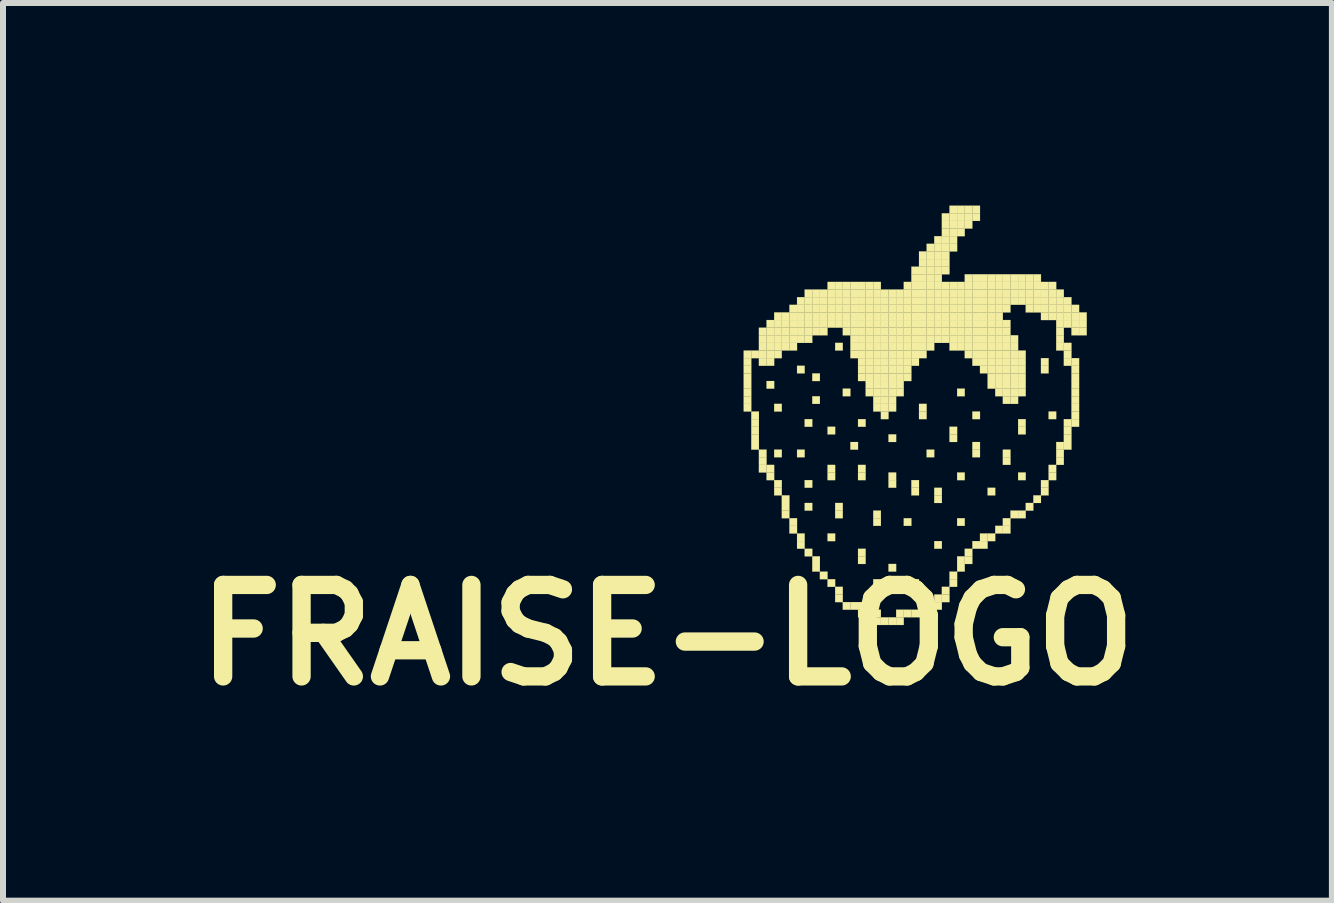
<source format=kicad_pcb>
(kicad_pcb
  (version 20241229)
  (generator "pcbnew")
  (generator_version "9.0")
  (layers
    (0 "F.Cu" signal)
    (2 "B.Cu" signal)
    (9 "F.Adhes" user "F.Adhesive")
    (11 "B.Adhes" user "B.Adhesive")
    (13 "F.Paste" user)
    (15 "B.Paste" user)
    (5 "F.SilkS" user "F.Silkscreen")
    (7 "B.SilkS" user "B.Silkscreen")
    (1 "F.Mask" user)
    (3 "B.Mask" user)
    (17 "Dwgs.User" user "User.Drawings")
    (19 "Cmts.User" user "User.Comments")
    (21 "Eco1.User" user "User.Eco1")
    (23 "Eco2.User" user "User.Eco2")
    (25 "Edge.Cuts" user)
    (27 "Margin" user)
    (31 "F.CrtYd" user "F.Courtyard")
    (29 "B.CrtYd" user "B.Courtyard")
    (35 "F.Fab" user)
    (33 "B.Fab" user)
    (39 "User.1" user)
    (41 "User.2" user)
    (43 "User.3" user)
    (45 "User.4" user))
  (footprint "FRAISE-LOGO"
    (layer "F.Cu")
    (at 8.07 0.25)
    (property "Reference" "FRAISE-LOGO" (at 0 7.28 0) (layer "F.SilkS") (effects (font (size 1.524 1.524) (thickness 0.305))))
    (attr through_hole)
    (fp_poly (pts (xy 1.27 2.54) (xy 1.397 2.54) (xy 1.397 2.667) (xy 1.27 2.667) (xy 1.27 2.54)) (stroke (width 0.003) (type solid)) (fill yes) (layer "F.SilkS"))
    (fp_poly (pts (xy 1.27 2.667) (xy 1.397 2.667) (xy 1.397 2.794) (xy 1.27 2.794) (xy 1.27 2.667)) (stroke (width 0.003) (type solid)) (fill yes) (layer "F.SilkS"))
    (fp_poly (pts (xy 1.27 2.794) (xy 1.397 2.794) (xy 1.397 2.921) (xy 1.27 2.921) (xy 1.27 2.794)) (stroke (width 0.003) (type solid)) (fill yes) (layer "F.SilkS"))
    (fp_poly (pts (xy 1.27 2.921) (xy 1.397 2.921) (xy 1.397 3.048) (xy 1.27 3.048) (xy 1.27 2.921)) (stroke (width 0.003) (type solid)) (fill yes) (layer "F.SilkS"))
    (fp_poly (pts (xy 1.27 3.048) (xy 1.397 3.048) (xy 1.397 3.175) (xy 1.27 3.175) (xy 1.27 3.048)) (stroke (width 0.003) (type solid)) (fill yes) (layer "F.SilkS"))
    (fp_poly (pts (xy 1.27 3.175) (xy 1.397 3.175) (xy 1.397 3.302) (xy 1.27 3.302) (xy 1.27 3.175)) (stroke (width 0.003) (type solid)) (fill yes) (layer "F.SilkS"))
    (fp_poly (pts (xy 1.27 3.302) (xy 1.397 3.302) (xy 1.397 3.429) (xy 1.27 3.429) (xy 1.27 3.302)) (stroke (width 0.003) (type solid)) (fill yes) (layer "F.SilkS"))
    (fp_poly (pts (xy 1.27 3.429) (xy 1.397 3.429) (xy 1.397 3.556) (xy 1.27 3.556) (xy 1.27 3.429)) (stroke (width 0.003) (type solid)) (fill yes) (layer "F.SilkS"))
    (fp_poly (pts (xy 1.397 2.54) (xy 1.524 2.54) (xy 1.524 2.667) (xy 1.397 2.667) (xy 1.397 2.54)) (stroke (width 0.003) (type solid)) (fill yes) (layer "F.SilkS"))
    (fp_poly (pts (xy 1.397 3.556) (xy 1.524 3.556) (xy 1.524 3.683) (xy 1.397 3.683) (xy 1.397 3.556)) (stroke (width 0.003) (type solid)) (fill yes) (layer "F.SilkS"))
    (fp_poly (pts (xy 1.397 3.683) (xy 1.524 3.683) (xy 1.524 3.81) (xy 1.397 3.81) (xy 1.397 3.683)) (stroke (width 0.003) (type solid)) (fill yes) (layer "F.SilkS"))
    (fp_poly (pts (xy 1.397 3.81) (xy 1.524 3.81) (xy 1.524 3.937) (xy 1.397 3.937) (xy 1.397 3.81)) (stroke (width 0.003) (type solid)) (fill yes) (layer "F.SilkS"))
    (fp_poly (pts (xy 1.397 3.937) (xy 1.524 3.937) (xy 1.524 4.064) (xy 1.397 4.064) (xy 1.397 3.937)) (stroke (width 0.003) (type solid)) (fill yes) (layer "F.SilkS"))
    (fp_poly (pts (xy 1.397 4.064) (xy 1.524 4.064) (xy 1.524 4.191) (xy 1.397 4.191) (xy 1.397 4.064)) (stroke (width 0.003) (type solid)) (fill yes) (layer "F.SilkS"))
    (fp_poly (pts (xy 1.524 2.159) (xy 1.651 2.159) (xy 1.651 2.286) (xy 1.524 2.286) (xy 1.524 2.159)) (stroke (width 0.003) (type solid)) (fill yes) (layer "F.SilkS"))
    (fp_poly (pts (xy 1.524 2.286) (xy 1.651 2.286) (xy 1.651 2.413) (xy 1.524 2.413) (xy 1.524 2.286)) (stroke (width 0.003) (type solid)) (fill yes) (layer "F.SilkS"))
    (fp_poly (pts (xy 1.524 2.413) (xy 1.651 2.413) (xy 1.651 2.54) (xy 1.524 2.54) (xy 1.524 2.413)) (stroke (width 0.003) (type solid)) (fill yes) (layer "F.SilkS"))
    (fp_poly (pts (xy 1.524 2.54) (xy 1.651 2.54) (xy 1.651 2.667) (xy 1.524 2.667) (xy 1.524 2.54)) (stroke (width 0.003) (type solid)) (fill yes) (layer "F.SilkS"))
    (fp_poly (pts (xy 1.524 2.667) (xy 1.651 2.667) (xy 1.651 2.794) (xy 1.524 2.794) (xy 1.524 2.667)) (stroke (width 0.003) (type solid)) (fill yes) (layer "F.SilkS"))
    (fp_poly (pts (xy 1.524 4.191) (xy 1.651 4.191) (xy 1.651 4.318) (xy 1.524 4.318) (xy 1.524 4.191)) (stroke (width 0.003) (type solid)) (fill yes) (layer "F.SilkS"))
    (fp_poly (pts (xy 1.524 4.318) (xy 1.651 4.318) (xy 1.651 4.445) (xy 1.524 4.445) (xy 1.524 4.318)) (stroke (width 0.003) (type solid)) (fill yes) (layer "F.SilkS"))
    (fp_poly (pts (xy 1.524 4.445) (xy 1.651 4.445) (xy 1.651 4.572) (xy 1.524 4.572) (xy 1.524 4.445)) (stroke (width 0.003) (type solid)) (fill yes) (layer "F.SilkS"))
    (fp_poly (pts (xy 1.651 2.032) (xy 1.778 2.032) (xy 1.778 2.159) (xy 1.651 2.159) (xy 1.651 2.032)) (stroke (width 0.003) (type solid)) (fill yes) (layer "F.SilkS"))
    (fp_poly (pts (xy 1.651 2.159) (xy 1.778 2.159) (xy 1.778 2.286) (xy 1.651 2.286) (xy 1.651 2.159)) (stroke (width 0.003) (type solid)) (fill yes) (layer "F.SilkS"))
    (fp_poly (pts (xy 1.651 2.286) (xy 1.778 2.286) (xy 1.778 2.413) (xy 1.651 2.413) (xy 1.651 2.286)) (stroke (width 0.003) (type solid)) (fill yes) (layer "F.SilkS"))
    (fp_poly (pts (xy 1.651 2.413) (xy 1.778 2.413) (xy 1.778 2.54) (xy 1.651 2.54) (xy 1.651 2.413)) (stroke (width 0.003) (type solid)) (fill yes) (layer "F.SilkS"))
    (fp_poly (pts (xy 1.651 2.54) (xy 1.778 2.54) (xy 1.778 2.667) (xy 1.651 2.667) (xy 1.651 2.54)) (stroke (width 0.003) (type solid)) (fill yes) (layer "F.SilkS"))
    (fp_poly (pts (xy 1.651 2.667) (xy 1.778 2.667) (xy 1.778 2.794) (xy 1.651 2.794) (xy 1.651 2.667)) (stroke (width 0.003) (type solid)) (fill yes) (layer "F.SilkS"))
    (fp_poly (pts (xy 1.651 3.048) (xy 1.778 3.048) (xy 1.778 3.175) (xy 1.651 3.175) (xy 1.651 3.048)) (stroke (width 0.003) (type solid)) (fill yes) (layer "F.SilkS"))
    (fp_poly (pts (xy 1.651 4.445) (xy 1.778 4.445) (xy 1.778 4.572) (xy 1.651 4.572) (xy 1.651 4.445)) (stroke (width 0.003) (type solid)) (fill yes) (layer "F.SilkS"))
    (fp_poly (pts (xy 1.651 4.572) (xy 1.778 4.572) (xy 1.778 4.699) (xy 1.651 4.699) (xy 1.651 4.572)) (stroke (width 0.003) (type solid)) (fill yes) (layer "F.SilkS"))
    (fp_poly (pts (xy 1.778 1.905) (xy 1.905 1.905) (xy 1.905 2.032) (xy 1.778 2.032) (xy 1.778 1.905)) (stroke (width 0.003) (type solid)) (fill yes) (layer "F.SilkS"))
    (fp_poly (pts (xy 1.778 2.032) (xy 1.905 2.032) (xy 1.905 2.159) (xy 1.778 2.159) (xy 1.778 2.032)) (stroke (width 0.003) (type solid)) (fill yes) (layer "F.SilkS"))
    (fp_poly (pts (xy 1.778 2.159) (xy 1.905 2.159) (xy 1.905 2.286) (xy 1.778 2.286) (xy 1.778 2.159)) (stroke (width 0.003) (type solid)) (fill yes) (layer "F.SilkS"))
    (fp_poly (pts (xy 1.778 2.286) (xy 1.905 2.286) (xy 1.905 2.413) (xy 1.778 2.413) (xy 1.778 2.286)) (stroke (width 0.003) (type solid)) (fill yes) (layer "F.SilkS"))
    (fp_poly (pts (xy 1.778 2.413) (xy 1.905 2.413) (xy 1.905 2.54) (xy 1.778 2.54) (xy 1.778 2.413)) (stroke (width 0.003) (type solid)) (fill yes) (layer "F.SilkS"))
    (fp_poly (pts (xy 1.778 2.54) (xy 1.905 2.54) (xy 1.905 2.667) (xy 1.778 2.667) (xy 1.778 2.54)) (stroke (width 0.003) (type solid)) (fill yes) (layer "F.SilkS"))
    (fp_poly (pts (xy 1.778 3.429) (xy 1.905 3.429) (xy 1.905 3.556) (xy 1.778 3.556) (xy 1.778 3.429)) (stroke (width 0.003) (type solid)) (fill yes) (layer "F.SilkS"))
    (fp_poly (pts (xy 1.778 4.191) (xy 1.905 4.191) (xy 1.905 4.318) (xy 1.778 4.318) (xy 1.778 4.191)) (stroke (width 0.003) (type solid)) (fill yes) (layer "F.SilkS"))
    (fp_poly (pts (xy 1.778 4.699) (xy 1.905 4.699) (xy 1.905 4.826) (xy 1.778 4.826) (xy 1.778 4.699)) (stroke (width 0.003) (type solid)) (fill yes) (layer "F.SilkS"))
    (fp_poly (pts (xy 1.778 4.826) (xy 1.905 4.826) (xy 1.905 4.953) (xy 1.778 4.953) (xy 1.778 4.826)) (stroke (width 0.003) (type solid)) (fill yes) (layer "F.SilkS"))
    (fp_poly (pts (xy 1.905 1.905) (xy 2.032 1.905) (xy 2.032 2.032) (xy 1.905 2.032) (xy 1.905 1.905)) (stroke (width 0.003) (type solid)) (fill yes) (layer "F.SilkS"))
    (fp_poly (pts (xy 1.905 2.032) (xy 2.032 2.032) (xy 2.032 2.159) (xy 1.905 2.159) (xy 1.905 2.032)) (stroke (width 0.003) (type solid)) (fill yes) (layer "F.SilkS"))
    (fp_poly (pts (xy 1.905 2.159) (xy 2.032 2.159) (xy 2.032 2.286) (xy 1.905 2.286) (xy 1.905 2.159)) (stroke (width 0.003) (type solid)) (fill yes) (layer "F.SilkS"))
    (fp_poly (pts (xy 1.905 2.286) (xy 2.032 2.286) (xy 2.032 2.413) (xy 1.905 2.413) (xy 1.905 2.286)) (stroke (width 0.003) (type solid)) (fill yes) (layer "F.SilkS"))
    (fp_poly (pts (xy 1.905 2.413) (xy 2.032 2.413) (xy 2.032 2.54) (xy 1.905 2.54) (xy 1.905 2.413)) (stroke (width 0.003) (type solid)) (fill yes) (layer "F.SilkS"))
    (fp_poly (pts (xy 1.905 4.953) (xy 2.032 4.953) (xy 2.032 5.08) (xy 1.905 5.08) (xy 1.905 4.953)) (stroke (width 0.003) (type solid)) (fill yes) (layer "F.SilkS"))
    (fp_poly (pts (xy 1.905 5.08) (xy 2.032 5.08) (xy 2.032 5.207) (xy 1.905 5.207) (xy 1.905 5.08)) (stroke (width 0.003) (type solid)) (fill yes) (layer "F.SilkS"))
    (fp_poly (pts (xy 1.905 5.207) (xy 2.032 5.207) (xy 2.032 5.334) (xy 1.905 5.334) (xy 1.905 5.207)) (stroke (width 0.003) (type solid)) (fill yes) (layer "F.SilkS"))
    (fp_poly (pts (xy 2.032 1.778) (xy 2.159 1.778) (xy 2.159 1.905) (xy 2.032 1.905) (xy 2.032 1.778)) (stroke (width 0.003) (type solid)) (fill yes) (layer "F.SilkS"))
    (fp_poly (pts (xy 2.032 1.905) (xy 2.159 1.905) (xy 2.159 2.032) (xy 2.032 2.032) (xy 2.032 1.905)) (stroke (width 0.003) (type solid)) (fill yes) (layer "F.SilkS"))
    (fp_poly (pts (xy 2.032 2.032) (xy 2.159 2.032) (xy 2.159 2.159) (xy 2.032 2.159) (xy 2.032 2.032)) (stroke (width 0.003) (type solid)) (fill yes) (layer "F.SilkS"))
    (fp_poly (pts (xy 2.032 2.159) (xy 2.159 2.159) (xy 2.159 2.286) (xy 2.032 2.286) (xy 2.032 2.159)) (stroke (width 0.003) (type solid)) (fill yes) (layer "F.SilkS"))
    (fp_poly (pts (xy 2.032 2.286) (xy 2.159 2.286) (xy 2.159 2.413) (xy 2.032 2.413) (xy 2.032 2.286)) (stroke (width 0.003) (type solid)) (fill yes) (layer "F.SilkS"))
    (fp_poly (pts (xy 2.032 2.413) (xy 2.159 2.413) (xy 2.159 2.54) (xy 2.032 2.54) (xy 2.032 2.413)) (stroke (width 0.003) (type solid)) (fill yes) (layer "F.SilkS"))
    (fp_poly (pts (xy 2.032 5.334) (xy 2.159 5.334) (xy 2.159 5.461) (xy 2.032 5.461) (xy 2.032 5.334)) (stroke (width 0.003) (type solid)) (fill yes) (layer "F.SilkS"))
    (fp_poly (pts (xy 2.032 5.461) (xy 2.159 5.461) (xy 2.159 5.588) (xy 2.032 5.588) (xy 2.032 5.461)) (stroke (width 0.003) (type solid)) (fill yes) (layer "F.SilkS"))
    (fp_poly (pts (xy 2.159 1.651) (xy 2.286 1.651) (xy 2.286 1.778) (xy 2.159 1.778) (xy 2.159 1.651)) (stroke (width 0.003) (type solid)) (fill yes) (layer "F.SilkS"))
    (fp_poly (pts (xy 2.159 1.778) (xy 2.286 1.778) (xy 2.286 1.905) (xy 2.159 1.905) (xy 2.159 1.778)) (stroke (width 0.003) (type solid)) (fill yes) (layer "F.SilkS"))
    (fp_poly (pts (xy 2.159 1.905) (xy 2.286 1.905) (xy 2.286 2.032) (xy 2.159 2.032) (xy 2.159 1.905)) (stroke (width 0.003) (type solid)) (fill yes) (layer "F.SilkS"))
    (fp_poly (pts (xy 2.159 2.032) (xy 2.286 2.032) (xy 2.286 2.159) (xy 2.159 2.159) (xy 2.159 2.032)) (stroke (width 0.003) (type solid)) (fill yes) (layer "F.SilkS"))
    (fp_poly (pts (xy 2.159 2.159) (xy 2.286 2.159) (xy 2.286 2.286) (xy 2.159 2.286) (xy 2.159 2.159)) (stroke (width 0.003) (type solid)) (fill yes) (layer "F.SilkS"))
    (fp_poly (pts (xy 2.159 2.286) (xy 2.286 2.286) (xy 2.286 2.413) (xy 2.159 2.413) (xy 2.159 2.286)) (stroke (width 0.003) (type solid)) (fill yes) (layer "F.SilkS"))
    (fp_poly (pts (xy 2.159 2.794) (xy 2.286 2.794) (xy 2.286 2.921) (xy 2.159 2.921) (xy 2.159 2.794)) (stroke (width 0.003) (type solid)) (fill yes) (layer "F.SilkS"))
    (fp_poly (pts (xy 2.159 4.191) (xy 2.286 4.191) (xy 2.286 4.318) (xy 2.159 4.318) (xy 2.159 4.191)) (stroke (width 0.003) (type solid)) (fill yes) (layer "F.SilkS"))
    (fp_poly (pts (xy 2.159 5.588) (xy 2.286 5.588) (xy 2.286 5.715) (xy 2.159 5.715) (xy 2.159 5.588)) (stroke (width 0.003) (type solid)) (fill yes) (layer "F.SilkS"))
    (fp_poly (pts (xy 2.159 5.715) (xy 2.286 5.715) (xy 2.286 5.842) (xy 2.159 5.842) (xy 2.159 5.715)) (stroke (width 0.003) (type solid)) (fill yes) (layer "F.SilkS"))
    (fp_poly (pts (xy 2.286 1.524) (xy 2.413 1.524) (xy 2.413 1.651) (xy 2.286 1.651) (xy 2.286 1.524)) (stroke (width 0.003) (type solid)) (fill yes) (layer "F.SilkS"))
    (fp_poly (pts (xy 2.286 1.651) (xy 2.413 1.651) (xy 2.413 1.778) (xy 2.286 1.778) (xy 2.286 1.651)) (stroke (width 0.003) (type solid)) (fill yes) (layer "F.SilkS"))
    (fp_poly (pts (xy 2.286 1.778) (xy 2.413 1.778) (xy 2.413 1.905) (xy 2.286 1.905) (xy 2.286 1.778)) (stroke (width 0.003) (type solid)) (fill yes) (layer "F.SilkS"))
    (fp_poly (pts (xy 2.286 1.905) (xy 2.413 1.905) (xy 2.413 2.032) (xy 2.286 2.032) (xy 2.286 1.905)) (stroke (width 0.003) (type solid)) (fill yes) (layer "F.SilkS"))
    (fp_poly (pts (xy 2.286 2.032) (xy 2.413 2.032) (xy 2.413 2.159) (xy 2.286 2.159) (xy 2.286 2.032)) (stroke (width 0.003) (type solid)) (fill yes) (layer "F.SilkS"))
    (fp_poly (pts (xy 2.286 2.159) (xy 2.413 2.159) (xy 2.413 2.286) (xy 2.286 2.286) (xy 2.286 2.159)) (stroke (width 0.003) (type solid)) (fill yes) (layer "F.SilkS"))
    (fp_poly (pts (xy 2.286 2.286) (xy 2.413 2.286) (xy 2.413 2.413) (xy 2.286 2.413) (xy 2.286 2.286)) (stroke (width 0.003) (type solid)) (fill yes) (layer "F.SilkS"))
    (fp_poly (pts (xy 2.286 3.683) (xy 2.413 3.683) (xy 2.413 3.81) (xy 2.286 3.81) (xy 2.286 3.683)) (stroke (width 0.003) (type solid)) (fill yes) (layer "F.SilkS"))
    (fp_poly (pts (xy 2.286 4.699) (xy 2.413 4.699) (xy 2.413 4.826) (xy 2.286 4.826) (xy 2.286 4.699)) (stroke (width 0.003) (type solid)) (fill yes) (layer "F.SilkS"))
    (fp_poly (pts (xy 2.286 5.08) (xy 2.413 5.08) (xy 2.413 5.207) (xy 2.286 5.207) (xy 2.286 5.08)) (stroke (width 0.003) (type solid)) (fill yes) (layer "F.SilkS"))
    (fp_poly (pts (xy 2.286 5.842) (xy 2.413 5.842) (xy 2.413 5.969) (xy 2.286 5.969) (xy 2.286 5.842)) (stroke (width 0.003) (type solid)) (fill yes) (layer "F.SilkS"))
    (fp_poly (pts (xy 2.413 1.524) (xy 2.54 1.524) (xy 2.54 1.651) (xy 2.413 1.651) (xy 2.413 1.524)) (stroke (width 0.003) (type solid)) (fill yes) (layer "F.SilkS"))
    (fp_poly (pts (xy 2.413 1.651) (xy 2.54 1.651) (xy 2.54 1.778) (xy 2.413 1.778) (xy 2.413 1.651)) (stroke (width 0.003) (type solid)) (fill yes) (layer "F.SilkS"))
    (fp_poly (pts (xy 2.413 1.778) (xy 2.54 1.778) (xy 2.54 1.905) (xy 2.413 1.905) (xy 2.413 1.778)) (stroke (width 0.003) (type solid)) (fill yes) (layer "F.SilkS"))
    (fp_poly (pts (xy 2.413 1.905) (xy 2.54 1.905) (xy 2.54 2.032) (xy 2.413 2.032) (xy 2.413 1.905)) (stroke (width 0.003) (type solid)) (fill yes) (layer "F.SilkS"))
    (fp_poly (pts (xy 2.413 2.032) (xy 2.54 2.032) (xy 2.54 2.159) (xy 2.413 2.159) (xy 2.413 2.032)) (stroke (width 0.003) (type solid)) (fill yes) (layer "F.SilkS"))
    (fp_poly (pts (xy 2.413 2.159) (xy 2.54 2.159) (xy 2.54 2.286) (xy 2.413 2.286) (xy 2.413 2.159)) (stroke (width 0.003) (type solid)) (fill yes) (layer "F.SilkS"))
    (fp_poly (pts (xy 2.413 2.921) (xy 2.54 2.921) (xy 2.54 3.048) (xy 2.413 3.048) (xy 2.413 2.921)) (stroke (width 0.003) (type solid)) (fill yes) (layer "F.SilkS"))
    (fp_poly (pts (xy 2.413 3.302) (xy 2.54 3.302) (xy 2.54 3.429) (xy 2.413 3.429) (xy 2.413 3.302)) (stroke (width 0.003) (type solid)) (fill yes) (layer "F.SilkS"))
    (fp_poly (pts (xy 2.413 5.969) (xy 2.54 5.969) (xy 2.54 6.096) (xy 2.413 6.096) (xy 2.413 5.969)) (stroke (width 0.003) (type solid)) (fill yes) (layer "F.SilkS"))
    (fp_poly (pts (xy 2.413 6.096) (xy 2.54 6.096) (xy 2.54 6.223) (xy 2.413 6.223) (xy 2.413 6.096)) (stroke (width 0.003) (type solid)) (fill yes) (layer "F.SilkS"))
    (fp_poly (pts (xy 2.54 1.524) (xy 2.667 1.524) (xy 2.667 1.651) (xy 2.54 1.651) (xy 2.54 1.524)) (stroke (width 0.003) (type solid)) (fill yes) (layer "F.SilkS"))
    (fp_poly (pts (xy 2.54 1.651) (xy 2.667 1.651) (xy 2.667 1.778) (xy 2.54 1.778) (xy 2.54 1.651)) (stroke (width 0.003) (type solid)) (fill yes) (layer "F.SilkS"))
    (fp_poly (pts (xy 2.54 1.778) (xy 2.667 1.778) (xy 2.667 1.905) (xy 2.54 1.905) (xy 2.54 1.778)) (stroke (width 0.003) (type solid)) (fill yes) (layer "F.SilkS"))
    (fp_poly (pts (xy 2.54 1.905) (xy 2.667 1.905) (xy 2.667 2.032) (xy 2.54 2.032) (xy 2.54 1.905)) (stroke (width 0.003) (type solid)) (fill yes) (layer "F.SilkS"))
    (fp_poly (pts (xy 2.54 2.032) (xy 2.667 2.032) (xy 2.667 2.159) (xy 2.54 2.159) (xy 2.54 2.032)) (stroke (width 0.003) (type solid)) (fill yes) (layer "F.SilkS"))
    (fp_poly (pts (xy 2.54 2.159) (xy 2.667 2.159) (xy 2.667 2.286) (xy 2.54 2.286) (xy 2.54 2.159)) (stroke (width 0.003) (type solid)) (fill yes) (layer "F.SilkS"))
    (fp_poly (pts (xy 2.54 6.223) (xy 2.667 6.223) (xy 2.667 6.35) (xy 2.54 6.35) (xy 2.54 6.223)) (stroke (width 0.003) (type solid)) (fill yes) (layer "F.SilkS"))
    (fp_poly (pts (xy 2.667 1.397) (xy 2.794 1.397) (xy 2.794 1.524) (xy 2.667 1.524) (xy 2.667 1.397)) (stroke (width 0.003) (type solid)) (fill yes) (layer "F.SilkS"))
    (fp_poly (pts (xy 2.667 1.524) (xy 2.794 1.524) (xy 2.794 1.651) (xy 2.667 1.651) (xy 2.667 1.524)) (stroke (width 0.003) (type solid)) (fill yes) (layer "F.SilkS"))
    (fp_poly (pts (xy 2.667 1.651) (xy 2.794 1.651) (xy 2.794 1.778) (xy 2.667 1.778) (xy 2.667 1.651)) (stroke (width 0.003) (type solid)) (fill yes) (layer "F.SilkS"))
    (fp_poly (pts (xy 2.667 1.778) (xy 2.794 1.778) (xy 2.794 1.905) (xy 2.667 1.905) (xy 2.667 1.778)) (stroke (width 0.003) (type solid)) (fill yes) (layer "F.SilkS"))
    (fp_poly (pts (xy 2.667 1.905) (xy 2.794 1.905) (xy 2.794 2.032) (xy 2.667 2.032) (xy 2.667 1.905)) (stroke (width 0.003) (type solid)) (fill yes) (layer "F.SilkS"))
    (fp_poly (pts (xy 2.667 2.032) (xy 2.794 2.032) (xy 2.794 2.159) (xy 2.667 2.159) (xy 2.667 2.032)) (stroke (width 0.003) (type solid)) (fill yes) (layer "F.SilkS"))
    (fp_poly (pts (xy 2.667 3.81) (xy 2.794 3.81) (xy 2.794 3.937) (xy 2.667 3.937) (xy 2.667 3.81)) (stroke (width 0.003) (type solid)) (fill yes) (layer "F.SilkS"))
    (fp_poly (pts (xy 2.667 4.445) (xy 2.794 4.445) (xy 2.794 4.572) (xy 2.667 4.572) (xy 2.667 4.445)) (stroke (width 0.003) (type solid)) (fill yes) (layer "F.SilkS"))
    (fp_poly (pts (xy 2.667 4.572) (xy 2.794 4.572) (xy 2.794 4.699) (xy 2.667 4.699) (xy 2.667 4.572)) (stroke (width 0.003) (type solid)) (fill yes) (layer "F.SilkS"))
    (fp_poly (pts (xy 2.667 5.588) (xy 2.794 5.588) (xy 2.794 5.715) (xy 2.667 5.715) (xy 2.667 5.588)) (stroke (width 0.003) (type solid)) (fill yes) (layer "F.SilkS"))
    (fp_poly (pts (xy 2.667 6.35) (xy 2.794 6.35) (xy 2.794 6.477) (xy 2.667 6.477) (xy 2.667 6.35)) (stroke (width 0.003) (type solid)) (fill yes) (layer "F.SilkS"))
    (fp_poly (pts (xy 2.794 1.397) (xy 2.921 1.397) (xy 2.921 1.524) (xy 2.794 1.524) (xy 2.794 1.397)) (stroke (width 0.003) (type solid)) (fill yes) (layer "F.SilkS"))
    (fp_poly (pts (xy 2.794 1.524) (xy 2.921 1.524) (xy 2.921 1.651) (xy 2.794 1.651) (xy 2.794 1.524)) (stroke (width 0.003) (type solid)) (fill yes) (layer "F.SilkS"))
    (fp_poly (pts (xy 2.794 1.651) (xy 2.921 1.651) (xy 2.921 1.778) (xy 2.794 1.778) (xy 2.794 1.651)) (stroke (width 0.003) (type solid)) (fill yes) (layer "F.SilkS"))
    (fp_poly (pts (xy 2.794 1.778) (xy 2.921 1.778) (xy 2.921 1.905) (xy 2.794 1.905) (xy 2.794 1.778)) (stroke (width 0.003) (type solid)) (fill yes) (layer "F.SilkS"))
    (fp_poly (pts (xy 2.794 1.905) (xy 2.921 1.905) (xy 2.921 2.032) (xy 2.794 2.032) (xy 2.794 1.905)) (stroke (width 0.003) (type solid)) (fill yes) (layer "F.SilkS"))
    (fp_poly (pts (xy 2.794 2.032) (xy 2.921 2.032) (xy 2.921 2.159) (xy 2.794 2.159) (xy 2.794 2.032)) (stroke (width 0.003) (type solid)) (fill yes) (layer "F.SilkS"))
    (fp_poly (pts (xy 2.794 2.413) (xy 2.921 2.413) (xy 2.921 2.54) (xy 2.794 2.54) (xy 2.794 2.413)) (stroke (width 0.003) (type solid)) (fill yes) (layer "F.SilkS"))
    (fp_poly (pts (xy 2.794 5.08) (xy 2.921 5.08) (xy 2.921 5.207) (xy 2.794 5.207) (xy 2.794 5.08)) (stroke (width 0.003) (type solid)) (fill yes) (layer "F.SilkS"))
    (fp_poly (pts (xy 2.794 5.207) (xy 2.921 5.207) (xy 2.921 5.334) (xy 2.794 5.334) (xy 2.794 5.207)) (stroke (width 0.003) (type solid)) (fill yes) (layer "F.SilkS"))
    (fp_poly (pts (xy 2.794 6.477) (xy 2.921 6.477) (xy 2.921 6.604) (xy 2.794 6.604) (xy 2.794 6.477)) (stroke (width 0.003) (type solid)) (fill yes) (layer "F.SilkS"))
    (fp_poly (pts (xy 2.794 6.604) (xy 2.921 6.604) (xy 2.921 6.731) (xy 2.794 6.731) (xy 2.794 6.604)) (stroke (width 0.003) (type solid)) (fill yes) (layer "F.SilkS"))
    (fp_poly (pts (xy 2.921 1.397) (xy 3.048 1.397) (xy 3.048 1.524) (xy 2.921 1.524) (xy 2.921 1.397)) (stroke (width 0.003) (type solid)) (fill yes) (layer "F.SilkS"))
    (fp_poly (pts (xy 2.921 1.524) (xy 3.048 1.524) (xy 3.048 1.651) (xy 2.921 1.651) (xy 2.921 1.524)) (stroke (width 0.003) (type solid)) (fill yes) (layer "F.SilkS"))
    (fp_poly (pts (xy 2.921 1.651) (xy 3.048 1.651) (xy 3.048 1.778) (xy 2.921 1.778) (xy 2.921 1.651)) (stroke (width 0.003) (type solid)) (fill yes) (layer "F.SilkS"))
    (fp_poly (pts (xy 2.921 1.778) (xy 3.048 1.778) (xy 3.048 1.905) (xy 2.921 1.905) (xy 2.921 1.778)) (stroke (width 0.003) (type solid)) (fill yes) (layer "F.SilkS"))
    (fp_poly (pts (xy 2.921 1.905) (xy 3.048 1.905) (xy 3.048 2.032) (xy 2.921 2.032) (xy 2.921 1.905)) (stroke (width 0.003) (type solid)) (fill yes) (layer "F.SilkS"))
    (fp_poly (pts (xy 2.921 2.032) (xy 3.048 2.032) (xy 3.048 2.159) (xy 2.921 2.159) (xy 2.921 2.032)) (stroke (width 0.003) (type solid)) (fill yes) (layer "F.SilkS"))
    (fp_poly (pts (xy 2.921 2.159) (xy 3.048 2.159) (xy 3.048 2.286) (xy 2.921 2.286) (xy 2.921 2.159)) (stroke (width 0.003) (type solid)) (fill yes) (layer "F.SilkS"))
    (fp_poly (pts (xy 2.921 3.175) (xy 3.048 3.175) (xy 3.048 3.302) (xy 2.921 3.302) (xy 2.921 3.175)) (stroke (width 0.003) (type solid)) (fill yes) (layer "F.SilkS"))
    (fp_poly (pts (xy 2.921 6.731) (xy 3.048 6.731) (xy 3.048 6.858) (xy 2.921 6.858) (xy 2.921 6.731)) (stroke (width 0.003) (type solid)) (fill yes) (layer "F.SilkS"))
    (fp_poly (pts (xy 3.048 1.397) (xy 3.175 1.397) (xy 3.175 1.524) (xy 3.048 1.524) (xy 3.048 1.397)) (stroke (width 0.003) (type solid)) (fill yes) (layer "F.SilkS"))
    (fp_poly (pts (xy 3.048 1.524) (xy 3.175 1.524) (xy 3.175 1.651) (xy 3.048 1.651) (xy 3.048 1.524)) (stroke (width 0.003) (type solid)) (fill yes) (layer "F.SilkS"))
    (fp_poly (pts (xy 3.048 1.651) (xy 3.175 1.651) (xy 3.175 1.778) (xy 3.048 1.778) (xy 3.048 1.651)) (stroke (width 0.003) (type solid)) (fill yes) (layer "F.SilkS"))
    (fp_poly (pts (xy 3.048 1.778) (xy 3.175 1.778) (xy 3.175 1.905) (xy 3.048 1.905) (xy 3.048 1.778)) (stroke (width 0.003) (type solid)) (fill yes) (layer "F.SilkS"))
    (fp_poly (pts (xy 3.048 1.905) (xy 3.175 1.905) (xy 3.175 2.032) (xy 3.048 2.032) (xy 3.048 1.905)) (stroke (width 0.003) (type solid)) (fill yes) (layer "F.SilkS"))
    (fp_poly (pts (xy 3.048 2.032) (xy 3.175 2.032) (xy 3.175 2.159) (xy 3.048 2.159) (xy 3.048 2.032)) (stroke (width 0.003) (type solid)) (fill yes) (layer "F.SilkS"))
    (fp_poly (pts (xy 3.048 2.159) (xy 3.175 2.159) (xy 3.175 2.286) (xy 3.048 2.286) (xy 3.048 2.159)) (stroke (width 0.003) (type solid)) (fill yes) (layer "F.SilkS"))
    (fp_poly (pts (xy 3.048 2.286) (xy 3.175 2.286) (xy 3.175 2.413) (xy 3.048 2.413) (xy 3.048 2.286)) (stroke (width 0.003) (type solid)) (fill yes) (layer "F.SilkS"))
    (fp_poly (pts (xy 3.048 2.413) (xy 3.175 2.413) (xy 3.175 2.54) (xy 3.048 2.54) (xy 3.048 2.413)) (stroke (width 0.003) (type solid)) (fill yes) (layer "F.SilkS"))
    (fp_poly (pts (xy 3.048 2.54) (xy 3.175 2.54) (xy 3.175 2.667) (xy 3.048 2.667) (xy 3.048 2.54)) (stroke (width 0.003) (type solid)) (fill yes) (layer "F.SilkS"))
    (fp_poly (pts (xy 3.048 4.064) (xy 3.175 4.064) (xy 3.175 4.191) (xy 3.048 4.191) (xy 3.048 4.064)) (stroke (width 0.003) (type solid)) (fill yes) (layer "F.SilkS"))
    (fp_poly (pts (xy 3.048 6.731) (xy 3.175 6.731) (xy 3.175 6.858) (xy 3.048 6.858) (xy 3.048 6.731)) (stroke (width 0.003) (type solid)) (fill yes) (layer "F.SilkS"))
    (fp_poly (pts (xy 3.175 1.397) (xy 3.302 1.397) (xy 3.302 1.524) (xy 3.175 1.524) (xy 3.175 1.397)) (stroke (width 0.003) (type solid)) (fill yes) (layer "F.SilkS"))
    (fp_poly (pts (xy 3.175 1.524) (xy 3.302 1.524) (xy 3.302 1.651) (xy 3.175 1.651) (xy 3.175 1.524)) (stroke (width 0.003) (type solid)) (fill yes) (layer "F.SilkS"))
    (fp_poly (pts (xy 3.175 1.651) (xy 3.302 1.651) (xy 3.302 1.778) (xy 3.175 1.778) (xy 3.175 1.651)) (stroke (width 0.003) (type solid)) (fill yes) (layer "F.SilkS"))
    (fp_poly (pts (xy 3.175 1.778) (xy 3.302 1.778) (xy 3.302 1.905) (xy 3.175 1.905) (xy 3.175 1.778)) (stroke (width 0.003) (type solid)) (fill yes) (layer "F.SilkS"))
    (fp_poly (pts (xy 3.175 1.905) (xy 3.302 1.905) (xy 3.302 2.032) (xy 3.175 2.032) (xy 3.175 1.905)) (stroke (width 0.003) (type solid)) (fill yes) (layer "F.SilkS"))
    (fp_poly (pts (xy 3.175 2.032) (xy 3.302 2.032) (xy 3.302 2.159) (xy 3.175 2.159) (xy 3.175 2.032)) (stroke (width 0.003) (type solid)) (fill yes) (layer "F.SilkS"))
    (fp_poly (pts (xy 3.175 2.159) (xy 3.302 2.159) (xy 3.302 2.286) (xy 3.175 2.286) (xy 3.175 2.159)) (stroke (width 0.003) (type solid)) (fill yes) (layer "F.SilkS"))
    (fp_poly (pts (xy 3.175 2.286) (xy 3.302 2.286) (xy 3.302 2.413) (xy 3.175 2.413) (xy 3.175 2.286)) (stroke (width 0.003) (type solid)) (fill yes) (layer "F.SilkS"))
    (fp_poly (pts (xy 3.175 2.413) (xy 3.302 2.413) (xy 3.302 2.54) (xy 3.175 2.54) (xy 3.175 2.413)) (stroke (width 0.003) (type solid)) (fill yes) (layer "F.SilkS"))
    (fp_poly (pts (xy 3.175 2.54) (xy 3.302 2.54) (xy 3.302 2.667) (xy 3.175 2.667) (xy 3.175 2.54)) (stroke (width 0.003) (type solid)) (fill yes) (layer "F.SilkS"))
    (fp_poly (pts (xy 3.175 2.667) (xy 3.302 2.667) (xy 3.302 2.794) (xy 3.175 2.794) (xy 3.175 2.667)) (stroke (width 0.003) (type solid)) (fill yes) (layer "F.SilkS"))
    (fp_poly (pts (xy 3.175 2.794) (xy 3.302 2.794) (xy 3.302 2.921) (xy 3.175 2.921) (xy 3.175 2.794)) (stroke (width 0.003) (type solid)) (fill yes) (layer "F.SilkS"))
    (fp_poly (pts (xy 3.175 2.921) (xy 3.302 2.921) (xy 3.302 3.048) (xy 3.175 3.048) (xy 3.175 2.921)) (stroke (width 0.003) (type solid)) (fill yes) (layer "F.SilkS"))
    (fp_poly (pts (xy 3.175 3.683) (xy 3.302 3.683) (xy 3.302 3.81) (xy 3.175 3.81) (xy 3.175 3.683)) (stroke (width 0.003) (type solid)) (fill yes) (layer "F.SilkS"))
    (fp_poly (pts (xy 3.175 4.445) (xy 3.302 4.445) (xy 3.302 4.572) (xy 3.175 4.572) (xy 3.175 4.445)) (stroke (width 0.003) (type solid)) (fill yes) (layer "F.SilkS"))
    (fp_poly (pts (xy 3.175 4.572) (xy 3.302 4.572) (xy 3.302 4.699) (xy 3.175 4.699) (xy 3.175 4.572)) (stroke (width 0.003) (type solid)) (fill yes) (layer "F.SilkS"))
    (fp_poly (pts (xy 3.175 5.842) (xy 3.302 5.842) (xy 3.302 5.969) (xy 3.175 5.969) (xy 3.175 5.842)) (stroke (width 0.003) (type solid)) (fill yes) (layer "F.SilkS"))
    (fp_poly (pts (xy 3.175 5.969) (xy 3.302 5.969) (xy 3.302 6.096) (xy 3.175 6.096) (xy 3.175 5.969)) (stroke (width 0.003) (type solid)) (fill yes) (layer "F.SilkS"))
    (fp_poly (pts (xy 3.175 6.731) (xy 3.302 6.731) (xy 3.302 6.858) (xy 3.175 6.858) (xy 3.175 6.731)) (stroke (width 0.003) (type solid)) (fill yes) (layer "F.SilkS"))
    (fp_poly (pts (xy 3.175 6.858) (xy 3.302 6.858) (xy 3.302 6.985) (xy 3.175 6.985) (xy 3.175 6.858)) (stroke (width 0.003) (type solid)) (fill yes) (layer "F.SilkS"))
    (fp_poly (pts (xy 3.302 1.397) (xy 3.429 1.397) (xy 3.429 1.524) (xy 3.302 1.524) (xy 3.302 1.397)) (stroke (width 0.003) (type solid)) (fill yes) (layer "F.SilkS"))
    (fp_poly (pts (xy 3.302 1.524) (xy 3.429 1.524) (xy 3.429 1.651) (xy 3.302 1.651) (xy 3.302 1.524)) (stroke (width 0.003) (type solid)) (fill yes) (layer "F.SilkS"))
    (fp_poly (pts (xy 3.302 1.651) (xy 3.429 1.651) (xy 3.429 1.778) (xy 3.302 1.778) (xy 3.302 1.651)) (stroke (width 0.003) (type solid)) (fill yes) (layer "F.SilkS"))
    (fp_poly (pts (xy 3.302 1.778) (xy 3.429 1.778) (xy 3.429 1.905) (xy 3.302 1.905) (xy 3.302 1.778)) (stroke (width 0.003) (type solid)) (fill yes) (layer "F.SilkS"))
    (fp_poly (pts (xy 3.302 1.905) (xy 3.429 1.905) (xy 3.429 2.032) (xy 3.302 2.032) (xy 3.302 1.905)) (stroke (width 0.003) (type solid)) (fill yes) (layer "F.SilkS"))
    (fp_poly (pts (xy 3.302 2.032) (xy 3.429 2.032) (xy 3.429 2.159) (xy 3.302 2.159) (xy 3.302 2.032)) (stroke (width 0.003) (type solid)) (fill yes) (layer "F.SilkS"))
    (fp_poly (pts (xy 3.302 2.159) (xy 3.429 2.159) (xy 3.429 2.286) (xy 3.302 2.286) (xy 3.302 2.159)) (stroke (width 0.003) (type solid)) (fill yes) (layer "F.SilkS"))
    (fp_poly (pts (xy 3.302 2.286) (xy 3.429 2.286) (xy 3.429 2.413) (xy 3.302 2.413) (xy 3.302 2.286)) (stroke (width 0.003) (type solid)) (fill yes) (layer "F.SilkS"))
    (fp_poly (pts (xy 3.302 2.413) (xy 3.429 2.413) (xy 3.429 2.54) (xy 3.302 2.54) (xy 3.302 2.413)) (stroke (width 0.003) (type solid)) (fill yes) (layer "F.SilkS"))
    (fp_poly (pts (xy 3.302 2.54) (xy 3.429 2.54) (xy 3.429 2.667) (xy 3.302 2.667) (xy 3.302 2.54)) (stroke (width 0.003) (type solid)) (fill yes) (layer "F.SilkS"))
    (fp_poly (pts (xy 3.302 2.667) (xy 3.429 2.667) (xy 3.429 2.794) (xy 3.302 2.794) (xy 3.302 2.667)) (stroke (width 0.003) (type solid)) (fill yes) (layer "F.SilkS"))
    (fp_poly (pts (xy 3.302 2.794) (xy 3.429 2.794) (xy 3.429 2.921) (xy 3.302 2.921) (xy 3.302 2.794)) (stroke (width 0.003) (type solid)) (fill yes) (layer "F.SilkS"))
    (fp_poly (pts (xy 3.302 2.921) (xy 3.429 2.921) (xy 3.429 3.048) (xy 3.302 3.048) (xy 3.302 2.921)) (stroke (width 0.003) (type solid)) (fill yes) (layer "F.SilkS"))
    (fp_poly (pts (xy 3.302 3.048) (xy 3.429 3.048) (xy 3.429 3.175) (xy 3.302 3.175) (xy 3.302 3.048)) (stroke (width 0.003) (type solid)) (fill yes) (layer "F.SilkS"))
    (fp_poly (pts (xy 3.302 3.175) (xy 3.429 3.175) (xy 3.429 3.302) (xy 3.302 3.302) (xy 3.302 3.175)) (stroke (width 0.003) (type solid)) (fill yes) (layer "F.SilkS"))
    (fp_poly (pts (xy 3.302 6.858) (xy 3.429 6.858) (xy 3.429 6.985) (xy 3.302 6.985) (xy 3.302 6.858)) (stroke (width 0.003) (type solid)) (fill yes) (layer "F.SilkS"))
    (fp_poly (pts (xy 3.429 1.397) (xy 3.556 1.397) (xy 3.556 1.524) (xy 3.429 1.524) (xy 3.429 1.397)) (stroke (width 0.003) (type solid)) (fill yes) (layer "F.SilkS"))
    (fp_poly (pts (xy 3.429 1.524) (xy 3.556 1.524) (xy 3.556 1.651) (xy 3.429 1.651) (xy 3.429 1.524)) (stroke (width 0.003) (type solid)) (fill yes) (layer "F.SilkS"))
    (fp_poly (pts (xy 3.429 1.651) (xy 3.556 1.651) (xy 3.556 1.778) (xy 3.429 1.778) (xy 3.429 1.651)) (stroke (width 0.003) (type solid)) (fill yes) (layer "F.SilkS"))
    (fp_poly (pts (xy 3.429 1.778) (xy 3.556 1.778) (xy 3.556 1.905) (xy 3.429 1.905) (xy 3.429 1.778)) (stroke (width 0.003) (type solid)) (fill yes) (layer "F.SilkS"))
    (fp_poly (pts (xy 3.429 1.905) (xy 3.556 1.905) (xy 3.556 2.032) (xy 3.429 2.032) (xy 3.429 1.905)) (stroke (width 0.003) (type solid)) (fill yes) (layer "F.SilkS"))
    (fp_poly (pts (xy 3.429 2.032) (xy 3.556 2.032) (xy 3.556 2.159) (xy 3.429 2.159) (xy 3.429 2.032)) (stroke (width 0.003) (type solid)) (fill yes) (layer "F.SilkS"))
    (fp_poly (pts (xy 3.429 2.159) (xy 3.556 2.159) (xy 3.556 2.286) (xy 3.429 2.286) (xy 3.429 2.159)) (stroke (width 0.003) (type solid)) (fill yes) (layer "F.SilkS"))
    (fp_poly (pts (xy 3.429 2.286) (xy 3.556 2.286) (xy 3.556 2.413) (xy 3.429 2.413) (xy 3.429 2.286)) (stroke (width 0.003) (type solid)) (fill yes) (layer "F.SilkS"))
    (fp_poly (pts (xy 3.429 2.413) (xy 3.556 2.413) (xy 3.556 2.54) (xy 3.429 2.54) (xy 3.429 2.413)) (stroke (width 0.003) (type solid)) (fill yes) (layer "F.SilkS"))
    (fp_poly (pts (xy 3.429 2.54) (xy 3.556 2.54) (xy 3.556 2.667) (xy 3.429 2.667) (xy 3.429 2.54)) (stroke (width 0.003) (type solid)) (fill yes) (layer "F.SilkS"))
    (fp_poly (pts (xy 3.429 2.667) (xy 3.556 2.667) (xy 3.556 2.794) (xy 3.429 2.794) (xy 3.429 2.667)) (stroke (width 0.003) (type solid)) (fill yes) (layer "F.SilkS"))
    (fp_poly (pts (xy 3.429 2.794) (xy 3.556 2.794) (xy 3.556 2.921) (xy 3.429 2.921) (xy 3.429 2.794)) (stroke (width 0.003) (type solid)) (fill yes) (layer "F.SilkS"))
    (fp_poly (pts (xy 3.429 2.921) (xy 3.556 2.921) (xy 3.556 3.048) (xy 3.429 3.048) (xy 3.429 2.921)) (stroke (width 0.003) (type solid)) (fill yes) (layer "F.SilkS"))
    (fp_poly (pts (xy 3.429 3.048) (xy 3.556 3.048) (xy 3.556 3.175) (xy 3.429 3.175) (xy 3.429 3.048)) (stroke (width 0.003) (type solid)) (fill yes) (layer "F.SilkS"))
    (fp_poly (pts (xy 3.429 3.175) (xy 3.556 3.175) (xy 3.556 3.302) (xy 3.429 3.302) (xy 3.429 3.175)) (stroke (width 0.003) (type solid)) (fill yes) (layer "F.SilkS"))
    (fp_poly (pts (xy 3.429 3.302) (xy 3.556 3.302) (xy 3.556 3.429) (xy 3.429 3.429) (xy 3.429 3.302)) (stroke (width 0.003) (type solid)) (fill yes) (layer "F.SilkS"))
    (fp_poly (pts (xy 3.429 3.429) (xy 3.556 3.429) (xy 3.556 3.556) (xy 3.429 3.556) (xy 3.429 3.429)) (stroke (width 0.003) (type solid)) (fill yes) (layer "F.SilkS"))
    (fp_poly (pts (xy 3.429 5.207) (xy 3.556 5.207) (xy 3.556 5.334) (xy 3.429 5.334) (xy 3.429 5.207)) (stroke (width 0.003) (type solid)) (fill yes) (layer "F.SilkS"))
    (fp_poly (pts (xy 3.429 5.334) (xy 3.556 5.334) (xy 3.556 5.461) (xy 3.429 5.461) (xy 3.429 5.334)) (stroke (width 0.003) (type solid)) (fill yes) (layer "F.SilkS"))
    (fp_poly (pts (xy 3.429 6.35) (xy 3.556 6.35) (xy 3.556 6.477) (xy 3.429 6.477) (xy 3.429 6.35)) (stroke (width 0.003) (type solid)) (fill yes) (layer "F.SilkS"))
    (fp_poly (pts (xy 3.429 6.477) (xy 3.556 6.477) (xy 3.556 6.604) (xy 3.429 6.604) (xy 3.429 6.477)) (stroke (width 0.003) (type solid)) (fill yes) (layer "F.SilkS"))
    (fp_poly (pts (xy 3.429 6.858) (xy 3.556 6.858) (xy 3.556 6.985) (xy 3.429 6.985) (xy 3.429 6.858)) (stroke (width 0.003) (type solid)) (fill yes) (layer "F.SilkS"))
    (fp_poly (pts (xy 3.429 6.985) (xy 3.556 6.985) (xy 3.556 7.112) (xy 3.429 7.112) (xy 3.429 6.985)) (stroke (width 0.003) (type solid)) (fill yes) (layer "F.SilkS"))
    (fp_poly (pts (xy 3.556 1.524) (xy 3.683 1.524) (xy 3.683 1.651) (xy 3.556 1.651) (xy 3.556 1.524)) (stroke (width 0.003) (type solid)) (fill yes) (layer "F.SilkS"))
    (fp_poly (pts (xy 3.556 1.651) (xy 3.683 1.651) (xy 3.683 1.778) (xy 3.556 1.778) (xy 3.556 1.651)) (stroke (width 0.003) (type solid)) (fill yes) (layer "F.SilkS"))
    (fp_poly (pts (xy 3.556 1.778) (xy 3.683 1.778) (xy 3.683 1.905) (xy 3.556 1.905) (xy 3.556 1.778)) (stroke (width 0.003) (type solid)) (fill yes) (layer "F.SilkS"))
    (fp_poly (pts (xy 3.556 1.905) (xy 3.683 1.905) (xy 3.683 2.032) (xy 3.556 2.032) (xy 3.556 1.905)) (stroke (width 0.003) (type solid)) (fill yes) (layer "F.SilkS"))
    (fp_poly (pts (xy 3.556 2.032) (xy 3.683 2.032) (xy 3.683 2.159) (xy 3.556 2.159) (xy 3.556 2.032)) (stroke (width 0.003) (type solid)) (fill yes) (layer "F.SilkS"))
    (fp_poly (pts (xy 3.556 2.159) (xy 3.683 2.159) (xy 3.683 2.286) (xy 3.556 2.286) (xy 3.556 2.159)) (stroke (width 0.003) (type solid)) (fill yes) (layer "F.SilkS"))
    (fp_poly (pts (xy 3.556 2.286) (xy 3.683 2.286) (xy 3.683 2.413) (xy 3.556 2.413) (xy 3.556 2.286)) (stroke (width 0.003) (type solid)) (fill yes) (layer "F.SilkS"))
    (fp_poly (pts (xy 3.556 2.413) (xy 3.683 2.413) (xy 3.683 2.54) (xy 3.556 2.54) (xy 3.556 2.413)) (stroke (width 0.003) (type solid)) (fill yes) (layer "F.SilkS"))
    (fp_poly (pts (xy 3.556 2.54) (xy 3.683 2.54) (xy 3.683 2.667) (xy 3.556 2.667) (xy 3.556 2.54)) (stroke (width 0.003) (type solid)) (fill yes) (layer "F.SilkS"))
    (fp_poly (pts (xy 3.556 2.667) (xy 3.683 2.667) (xy 3.683 2.794) (xy 3.556 2.794) (xy 3.556 2.667)) (stroke (width 0.003) (type solid)) (fill yes) (layer "F.SilkS"))
    (fp_poly (pts (xy 3.556 2.794) (xy 3.683 2.794) (xy 3.683 2.921) (xy 3.556 2.921) (xy 3.556 2.794)) (stroke (width 0.003) (type solid)) (fill yes) (layer "F.SilkS"))
    (fp_poly (pts (xy 3.556 2.921) (xy 3.683 2.921) (xy 3.683 3.048) (xy 3.556 3.048) (xy 3.556 2.921)) (stroke (width 0.003) (type solid)) (fill yes) (layer "F.SilkS"))
    (fp_poly (pts (xy 3.556 3.048) (xy 3.683 3.048) (xy 3.683 3.175) (xy 3.556 3.175) (xy 3.556 3.048)) (stroke (width 0.003) (type solid)) (fill yes) (layer "F.SilkS"))
    (fp_poly (pts (xy 3.556 3.175) (xy 3.683 3.175) (xy 3.683 3.302) (xy 3.556 3.302) (xy 3.556 3.175)) (stroke (width 0.003) (type solid)) (fill yes) (layer "F.SilkS"))
    (fp_poly (pts (xy 3.556 3.302) (xy 3.683 3.302) (xy 3.683 3.429) (xy 3.556 3.429) (xy 3.556 3.302)) (stroke (width 0.003) (type solid)) (fill yes) (layer "F.SilkS"))
    (fp_poly (pts (xy 3.556 3.429) (xy 3.683 3.429) (xy 3.683 3.556) (xy 3.556 3.556) (xy 3.556 3.429)) (stroke (width 0.003) (type solid)) (fill yes) (layer "F.SilkS"))
    (fp_poly (pts (xy 3.556 3.556) (xy 3.683 3.556) (xy 3.683 3.683) (xy 3.556 3.683) (xy 3.556 3.556)) (stroke (width 0.003) (type solid)) (fill yes) (layer "F.SilkS"))
    (fp_poly (pts (xy 3.556 6.985) (xy 3.683 6.985) (xy 3.683 7.112) (xy 3.556 7.112) (xy 3.556 6.985)) (stroke (width 0.003) (type solid)) (fill yes) (layer "F.SilkS"))
    (fp_poly (pts (xy 3.683 1.524) (xy 3.81 1.524) (xy 3.81 1.651) (xy 3.683 1.651) (xy 3.683 1.524)) (stroke (width 0.003) (type solid)) (fill yes) (layer "F.SilkS"))
    (fp_poly (pts (xy 3.683 1.651) (xy 3.81 1.651) (xy 3.81 1.778) (xy 3.683 1.778) (xy 3.683 1.651)) (stroke (width 0.003) (type solid)) (fill yes) (layer "F.SilkS"))
    (fp_poly (pts (xy 3.683 1.778) (xy 3.81 1.778) (xy 3.81 1.905) (xy 3.683 1.905) (xy 3.683 1.778)) (stroke (width 0.003) (type solid)) (fill yes) (layer "F.SilkS"))
    (fp_poly (pts (xy 3.683 1.905) (xy 3.81 1.905) (xy 3.81 2.032) (xy 3.683 2.032) (xy 3.683 1.905)) (stroke (width 0.003) (type solid)) (fill yes) (layer "F.SilkS"))
    (fp_poly (pts (xy 3.683 2.032) (xy 3.81 2.032) (xy 3.81 2.159) (xy 3.683 2.159) (xy 3.683 2.032)) (stroke (width 0.003) (type solid)) (fill yes) (layer "F.SilkS"))
    (fp_poly (pts (xy 3.683 2.159) (xy 3.81 2.159) (xy 3.81 2.286) (xy 3.683 2.286) (xy 3.683 2.159)) (stroke (width 0.003) (type solid)) (fill yes) (layer "F.SilkS"))
    (fp_poly (pts (xy 3.683 2.286) (xy 3.81 2.286) (xy 3.81 2.413) (xy 3.683 2.413) (xy 3.683 2.286)) (stroke (width 0.003) (type solid)) (fill yes) (layer "F.SilkS"))
    (fp_poly (pts (xy 3.683 2.413) (xy 3.81 2.413) (xy 3.81 2.54) (xy 3.683 2.54) (xy 3.683 2.413)) (stroke (width 0.003) (type solid)) (fill yes) (layer "F.SilkS"))
    (fp_poly (pts (xy 3.683 2.54) (xy 3.81 2.54) (xy 3.81 2.667) (xy 3.683 2.667) (xy 3.683 2.54)) (stroke (width 0.003) (type solid)) (fill yes) (layer "F.SilkS"))
    (fp_poly (pts (xy 3.683 2.667) (xy 3.81 2.667) (xy 3.81 2.794) (xy 3.683 2.794) (xy 3.683 2.667)) (stroke (width 0.003) (type solid)) (fill yes) (layer "F.SilkS"))
    (fp_poly (pts (xy 3.683 2.794) (xy 3.81 2.794) (xy 3.81 2.921) (xy 3.683 2.921) (xy 3.683 2.794)) (stroke (width 0.003) (type solid)) (fill yes) (layer "F.SilkS"))
    (fp_poly (pts (xy 3.683 2.921) (xy 3.81 2.921) (xy 3.81 3.048) (xy 3.683 3.048) (xy 3.683 2.921)) (stroke (width 0.003) (type solid)) (fill yes) (layer "F.SilkS"))
    (fp_poly (pts (xy 3.683 3.048) (xy 3.81 3.048) (xy 3.81 3.175) (xy 3.683 3.175) (xy 3.683 3.048)) (stroke (width 0.003) (type solid)) (fill yes) (layer "F.SilkS"))
    (fp_poly (pts (xy 3.683 3.175) (xy 3.81 3.175) (xy 3.81 3.302) (xy 3.683 3.302) (xy 3.683 3.175)) (stroke (width 0.003) (type solid)) (fill yes) (layer "F.SilkS"))
    (fp_poly (pts (xy 3.683 3.302) (xy 3.81 3.302) (xy 3.81 3.429) (xy 3.683 3.429) (xy 3.683 3.302)) (stroke (width 0.003) (type solid)) (fill yes) (layer "F.SilkS"))
    (fp_poly (pts (xy 3.683 3.429) (xy 3.81 3.429) (xy 3.81 3.556) (xy 3.683 3.556) (xy 3.683 3.429)) (stroke (width 0.003) (type solid)) (fill yes) (layer "F.SilkS"))
    (fp_poly (pts (xy 3.683 3.937) (xy 3.81 3.937) (xy 3.81 4.064) (xy 3.683 4.064) (xy 3.683 3.937)) (stroke (width 0.003) (type solid)) (fill yes) (layer "F.SilkS"))
    (fp_poly (pts (xy 3.683 4.572) (xy 3.81 4.572) (xy 3.81 4.699) (xy 3.683 4.699) (xy 3.683 4.572)) (stroke (width 0.003) (type solid)) (fill yes) (layer "F.SilkS"))
    (fp_poly (pts (xy 3.683 4.699) (xy 3.81 4.699) (xy 3.81 4.826) (xy 3.683 4.826) (xy 3.683 4.699)) (stroke (width 0.003) (type solid)) (fill yes) (layer "F.SilkS"))
    (fp_poly (pts (xy 3.683 6.096) (xy 3.81 6.096) (xy 3.81 6.223) (xy 3.683 6.223) (xy 3.683 6.096)) (stroke (width 0.003) (type solid)) (fill yes) (layer "F.SilkS"))
    (fp_poly (pts (xy 3.683 6.985) (xy 3.81 6.985) (xy 3.81 7.112) (xy 3.683 7.112) (xy 3.683 6.985)) (stroke (width 0.003) (type solid)) (fill yes) (layer "F.SilkS"))
    (fp_poly (pts (xy 3.81 1.524) (xy 3.937 1.524) (xy 3.937 1.651) (xy 3.81 1.651) (xy 3.81 1.524)) (stroke (width 0.003) (type solid)) (fill yes) (layer "F.SilkS"))
    (fp_poly (pts (xy 3.81 1.651) (xy 3.937 1.651) (xy 3.937 1.778) (xy 3.81 1.778) (xy 3.81 1.651)) (stroke (width 0.003) (type solid)) (fill yes) (layer "F.SilkS"))
    (fp_poly (pts (xy 3.81 1.778) (xy 3.937 1.778) (xy 3.937 1.905) (xy 3.81 1.905) (xy 3.81 1.778)) (stroke (width 0.003) (type solid)) (fill yes) (layer "F.SilkS"))
    (fp_poly (pts (xy 3.81 1.905) (xy 3.937 1.905) (xy 3.937 2.032) (xy 3.81 2.032) (xy 3.81 1.905)) (stroke (width 0.003) (type solid)) (fill yes) (layer "F.SilkS"))
    (fp_poly (pts (xy 3.81 2.032) (xy 3.937 2.032) (xy 3.937 2.159) (xy 3.81 2.159) (xy 3.81 2.032)) (stroke (width 0.003) (type solid)) (fill yes) (layer "F.SilkS"))
    (fp_poly (pts (xy 3.81 2.159) (xy 3.937 2.159) (xy 3.937 2.286) (xy 3.81 2.286) (xy 3.81 2.159)) (stroke (width 0.003) (type solid)) (fill yes) (layer "F.SilkS"))
    (fp_poly (pts (xy 3.81 2.286) (xy 3.937 2.286) (xy 3.937 2.413) (xy 3.81 2.413) (xy 3.81 2.286)) (stroke (width 0.003) (type solid)) (fill yes) (layer "F.SilkS"))
    (fp_poly (pts (xy 3.81 2.413) (xy 3.937 2.413) (xy 3.937 2.54) (xy 3.81 2.54) (xy 3.81 2.413)) (stroke (width 0.003) (type solid)) (fill yes) (layer "F.SilkS"))
    (fp_poly (pts (xy 3.81 2.54) (xy 3.937 2.54) (xy 3.937 2.667) (xy 3.81 2.667) (xy 3.81 2.54)) (stroke (width 0.003) (type solid)) (fill yes) (layer "F.SilkS"))
    (fp_poly (pts (xy 3.81 2.667) (xy 3.937 2.667) (xy 3.937 2.794) (xy 3.81 2.794) (xy 3.81 2.667)) (stroke (width 0.003) (type solid)) (fill yes) (layer "F.SilkS"))
    (fp_poly (pts (xy 3.81 2.794) (xy 3.937 2.794) (xy 3.937 2.921) (xy 3.81 2.921) (xy 3.81 2.794)) (stroke (width 0.003) (type solid)) (fill yes) (layer "F.SilkS"))
    (fp_poly (pts (xy 3.81 2.921) (xy 3.937 2.921) (xy 3.937 3.048) (xy 3.81 3.048) (xy 3.81 2.921)) (stroke (width 0.003) (type solid)) (fill yes) (layer "F.SilkS"))
    (fp_poly (pts (xy 3.81 3.048) (xy 3.937 3.048) (xy 3.937 3.175) (xy 3.81 3.175) (xy 3.81 3.048)) (stroke (width 0.003) (type solid)) (fill yes) (layer "F.SilkS"))
    (fp_poly (pts (xy 3.81 3.175) (xy 3.937 3.175) (xy 3.937 3.302) (xy 3.81 3.302) (xy 3.81 3.175)) (stroke (width 0.003) (type solid)) (fill yes) (layer "F.SilkS"))
    (fp_poly (pts (xy 3.81 6.858) (xy 3.937 6.858) (xy 3.937 6.985) (xy 3.81 6.985) (xy 3.81 6.858)) (stroke (width 0.003) (type solid)) (fill yes) (layer "F.SilkS"))
    (fp_poly (pts (xy 3.81 6.985) (xy 3.937 6.985) (xy 3.937 7.112) (xy 3.81 7.112) (xy 3.81 6.985)) (stroke (width 0.003) (type solid)) (fill yes) (layer "F.SilkS"))
    (fp_poly (pts (xy 3.937 1.397) (xy 4.064 1.397) (xy 4.064 1.524) (xy 3.937 1.524) (xy 3.937 1.397)) (stroke (width 0.003) (type solid)) (fill yes) (layer "F.SilkS"))
    (fp_poly (pts (xy 3.937 1.524) (xy 4.064 1.524) (xy 4.064 1.651) (xy 3.937 1.651) (xy 3.937 1.524)) (stroke (width 0.003) (type solid)) (fill yes) (layer "F.SilkS"))
    (fp_poly (pts (xy 3.937 1.651) (xy 4.064 1.651) (xy 4.064 1.778) (xy 3.937 1.778) (xy 3.937 1.651)) (stroke (width 0.003) (type solid)) (fill yes) (layer "F.SilkS"))
    (fp_poly (pts (xy 3.937 1.778) (xy 4.064 1.778) (xy 4.064 1.905) (xy 3.937 1.905) (xy 3.937 1.778)) (stroke (width 0.003) (type solid)) (fill yes) (layer "F.SilkS"))
    (fp_poly (pts (xy 3.937 1.905) (xy 4.064 1.905) (xy 4.064 2.032) (xy 3.937 2.032) (xy 3.937 1.905)) (stroke (width 0.003) (type solid)) (fill yes) (layer "F.SilkS"))
    (fp_poly (pts (xy 3.937 2.032) (xy 4.064 2.032) (xy 4.064 2.159) (xy 3.937 2.159) (xy 3.937 2.032)) (stroke (width 0.003) (type solid)) (fill yes) (layer "F.SilkS"))
    (fp_poly (pts (xy 3.937 2.159) (xy 4.064 2.159) (xy 4.064 2.286) (xy 3.937 2.286) (xy 3.937 2.159)) (stroke (width 0.003) (type solid)) (fill yes) (layer "F.SilkS"))
    (fp_poly (pts (xy 3.937 2.286) (xy 4.064 2.286) (xy 4.064 2.413) (xy 3.937 2.413) (xy 3.937 2.286)) (stroke (width 0.003) (type solid)) (fill yes) (layer "F.SilkS"))
    (fp_poly (pts (xy 3.937 2.413) (xy 4.064 2.413) (xy 4.064 2.54) (xy 3.937 2.54) (xy 3.937 2.413)) (stroke (width 0.003) (type solid)) (fill yes) (layer "F.SilkS"))
    (fp_poly (pts (xy 3.937 2.54) (xy 4.064 2.54) (xy 4.064 2.667) (xy 3.937 2.667) (xy 3.937 2.54)) (stroke (width 0.003) (type solid)) (fill yes) (layer "F.SilkS"))
    (fp_poly (pts (xy 3.937 2.667) (xy 4.064 2.667) (xy 4.064 2.794) (xy 3.937 2.794) (xy 3.937 2.667)) (stroke (width 0.003) (type solid)) (fill yes) (layer "F.SilkS"))
    (fp_poly (pts (xy 3.937 2.794) (xy 4.064 2.794) (xy 4.064 2.921) (xy 3.937 2.921) (xy 3.937 2.794)) (stroke (width 0.003) (type solid)) (fill yes) (layer "F.SilkS"))
    (fp_poly (pts (xy 3.937 2.921) (xy 4.064 2.921) (xy 4.064 3.048) (xy 3.937 3.048) (xy 3.937 2.921)) (stroke (width 0.003) (type solid)) (fill yes) (layer "F.SilkS"))
    (fp_poly (pts (xy 3.937 5.334) (xy 4.064 5.334) (xy 4.064 5.461) (xy 3.937 5.461) (xy 3.937 5.334)) (stroke (width 0.003) (type solid)) (fill yes) (layer "F.SilkS"))
    (fp_poly (pts (xy 3.937 6.35) (xy 4.064 6.35) (xy 4.064 6.477) (xy 3.937 6.477) (xy 3.937 6.35)) (stroke (width 0.003) (type solid)) (fill yes) (layer "F.SilkS"))
    (fp_poly (pts (xy 3.937 6.858) (xy 4.064 6.858) (xy 4.064 6.985) (xy 3.937 6.985) (xy 3.937 6.858)) (stroke (width 0.003) (type solid)) (fill yes) (layer "F.SilkS"))
    (fp_poly (pts (xy 4.064 1.143) (xy 4.191 1.143) (xy 4.191 1.27) (xy 4.064 1.27) (xy 4.064 1.143)) (stroke (width 0.003) (type solid)) (fill yes) (layer "F.SilkS"))
    (fp_poly (pts (xy 4.064 1.27) (xy 4.191 1.27) (xy 4.191 1.397) (xy 4.064 1.397) (xy 4.064 1.27)) (stroke (width 0.003) (type solid)) (fill yes) (layer "F.SilkS"))
    (fp_poly (pts (xy 4.064 1.397) (xy 4.191 1.397) (xy 4.191 1.524) (xy 4.064 1.524) (xy 4.064 1.397)) (stroke (width 0.003) (type solid)) (fill yes) (layer "F.SilkS"))
    (fp_poly (pts (xy 4.064 1.524) (xy 4.191 1.524) (xy 4.191 1.651) (xy 4.064 1.651) (xy 4.064 1.524)) (stroke (width 0.003) (type solid)) (fill yes) (layer "F.SilkS"))
    (fp_poly (pts (xy 4.064 1.651) (xy 4.191 1.651) (xy 4.191 1.778) (xy 4.064 1.778) (xy 4.064 1.651)) (stroke (width 0.003) (type solid)) (fill yes) (layer "F.SilkS"))
    (fp_poly (pts (xy 4.064 1.778) (xy 4.191 1.778) (xy 4.191 1.905) (xy 4.064 1.905) (xy 4.064 1.778)) (stroke (width 0.003) (type solid)) (fill yes) (layer "F.SilkS"))
    (fp_poly (pts (xy 4.064 1.905) (xy 4.191 1.905) (xy 4.191 2.032) (xy 4.064 2.032) (xy 4.064 1.905)) (stroke (width 0.003) (type solid)) (fill yes) (layer "F.SilkS"))
    (fp_poly (pts (xy 4.064 2.032) (xy 4.191 2.032) (xy 4.191 2.159) (xy 4.064 2.159) (xy 4.064 2.032)) (stroke (width 0.003) (type solid)) (fill yes) (layer "F.SilkS"))
    (fp_poly (pts (xy 4.064 2.159) (xy 4.191 2.159) (xy 4.191 2.286) (xy 4.064 2.286) (xy 4.064 2.159)) (stroke (width 0.003) (type solid)) (fill yes) (layer "F.SilkS"))
    (fp_poly (pts (xy 4.064 2.286) (xy 4.191 2.286) (xy 4.191 2.413) (xy 4.064 2.413) (xy 4.064 2.286)) (stroke (width 0.003) (type solid)) (fill yes) (layer "F.SilkS"))
    (fp_poly (pts (xy 4.064 2.413) (xy 4.191 2.413) (xy 4.191 2.54) (xy 4.064 2.54) (xy 4.064 2.413)) (stroke (width 0.003) (type solid)) (fill yes) (layer "F.SilkS"))
    (fp_poly (pts (xy 4.064 2.54) (xy 4.191 2.54) (xy 4.191 2.667) (xy 4.064 2.667) (xy 4.064 2.54)) (stroke (width 0.003) (type solid)) (fill yes) (layer "F.SilkS"))
    (fp_poly (pts (xy 4.064 2.667) (xy 4.191 2.667) (xy 4.191 2.794) (xy 4.064 2.794) (xy 4.064 2.667)) (stroke (width 0.003) (type solid)) (fill yes) (layer "F.SilkS"))
    (fp_poly (pts (xy 4.064 4.699) (xy 4.191 4.699) (xy 4.191 4.826) (xy 4.064 4.826) (xy 4.064 4.699)) (stroke (width 0.003) (type solid)) (fill yes) (layer "F.SilkS"))
    (fp_poly (pts (xy 4.064 4.826) (xy 4.191 4.826) (xy 4.191 4.953) (xy 4.064 4.953) (xy 4.064 4.826)) (stroke (width 0.003) (type solid)) (fill yes) (layer "F.SilkS"))
    (fp_poly (pts (xy 4.064 6.35) (xy 4.191 6.35) (xy 4.191 6.477) (xy 4.064 6.477) (xy 4.064 6.35)) (stroke (width 0.003) (type solid)) (fill yes) (layer "F.SilkS"))
    (fp_poly (pts (xy 4.064 6.858) (xy 4.191 6.858) (xy 4.191 6.985) (xy 4.064 6.985) (xy 4.064 6.858)) (stroke (width 0.003) (type solid)) (fill yes) (layer "F.SilkS"))
    (fp_poly (pts (xy 4.191 0.889) (xy 4.318 0.889) (xy 4.318 1.016) (xy 4.191 1.016) (xy 4.191 0.889)) (stroke (width 0.003) (type solid)) (fill yes) (layer "F.SilkS"))
    (fp_poly (pts (xy 4.191 1.016) (xy 4.318 1.016) (xy 4.318 1.143) (xy 4.191 1.143) (xy 4.191 1.016)) (stroke (width 0.003) (type solid)) (fill yes) (layer "F.SilkS"))
    (fp_poly (pts (xy 4.191 1.143) (xy 4.318 1.143) (xy 4.318 1.27) (xy 4.191 1.27) (xy 4.191 1.143)) (stroke (width 0.003) (type solid)) (fill yes) (layer "F.SilkS"))
    (fp_poly (pts (xy 4.191 1.27) (xy 4.318 1.27) (xy 4.318 1.397) (xy 4.191 1.397) (xy 4.191 1.27)) (stroke (width 0.003) (type solid)) (fill yes) (layer "F.SilkS"))
    (fp_poly (pts (xy 4.191 1.397) (xy 4.318 1.397) (xy 4.318 1.524) (xy 4.191 1.524) (xy 4.191 1.397)) (stroke (width 0.003) (type solid)) (fill yes) (layer "F.SilkS"))
    (fp_poly (pts (xy 4.191 1.524) (xy 4.318 1.524) (xy 4.318 1.651) (xy 4.191 1.651) (xy 4.191 1.524)) (stroke (width 0.003) (type solid)) (fill yes) (layer "F.SilkS"))
    (fp_poly (pts (xy 4.191 1.651) (xy 4.318 1.651) (xy 4.318 1.778) (xy 4.191 1.778) (xy 4.191 1.651)) (stroke (width 0.003) (type solid)) (fill yes) (layer "F.SilkS"))
    (fp_poly (pts (xy 4.191 1.778) (xy 4.318 1.778) (xy 4.318 1.905) (xy 4.191 1.905) (xy 4.191 1.778)) (stroke (width 0.003) (type solid)) (fill yes) (layer "F.SilkS"))
    (fp_poly (pts (xy 4.191 1.905) (xy 4.318 1.905) (xy 4.318 2.032) (xy 4.191 2.032) (xy 4.191 1.905)) (stroke (width 0.003) (type solid)) (fill yes) (layer "F.SilkS"))
    (fp_poly (pts (xy 4.191 2.032) (xy 4.318 2.032) (xy 4.318 2.159) (xy 4.191 2.159) (xy 4.191 2.032)) (stroke (width 0.003) (type solid)) (fill yes) (layer "F.SilkS"))
    (fp_poly (pts (xy 4.191 2.159) (xy 4.318 2.159) (xy 4.318 2.286) (xy 4.191 2.286) (xy 4.191 2.159)) (stroke (width 0.003) (type solid)) (fill yes) (layer "F.SilkS"))
    (fp_poly (pts (xy 4.191 2.286) (xy 4.318 2.286) (xy 4.318 2.413) (xy 4.191 2.413) (xy 4.191 2.286)) (stroke (width 0.003) (type solid)) (fill yes) (layer "F.SilkS"))
    (fp_poly (pts (xy 4.191 2.413) (xy 4.318 2.413) (xy 4.318 2.54) (xy 4.191 2.54) (xy 4.191 2.413)) (stroke (width 0.003) (type solid)) (fill yes) (layer "F.SilkS"))
    (fp_poly (pts (xy 4.191 2.54) (xy 4.318 2.54) (xy 4.318 2.667) (xy 4.191 2.667) (xy 4.191 2.54)) (stroke (width 0.003) (type solid)) (fill yes) (layer "F.SilkS"))
    (fp_poly (pts (xy 4.191 3.429) (xy 4.318 3.429) (xy 4.318 3.556) (xy 4.191 3.556) (xy 4.191 3.429)) (stroke (width 0.003) (type solid)) (fill yes) (layer "F.SilkS"))
    (fp_poly (pts (xy 4.191 3.556) (xy 4.318 3.556) (xy 4.318 3.683) (xy 4.191 3.683) (xy 4.191 3.556)) (stroke (width 0.003) (type solid)) (fill yes) (layer "F.SilkS"))
    (fp_poly (pts (xy 4.191 6.731) (xy 4.318 6.731) (xy 4.318 6.858) (xy 4.191 6.858) (xy 4.191 6.731)) (stroke (width 0.003) (type solid)) (fill yes) (layer "F.SilkS"))
    (fp_poly (pts (xy 4.191 6.858) (xy 4.318 6.858) (xy 4.318 6.985) (xy 4.191 6.985) (xy 4.191 6.858)) (stroke (width 0.003) (type solid)) (fill yes) (layer "F.SilkS"))
    (fp_poly (pts (xy 4.318 0.762) (xy 4.445 0.762) (xy 4.445 0.889) (xy 4.318 0.889) (xy 4.318 0.762)) (stroke (width 0.003) (type solid)) (fill yes) (layer "F.SilkS"))
    (fp_poly (pts (xy 4.318 0.889) (xy 4.445 0.889) (xy 4.445 1.016) (xy 4.318 1.016) (xy 4.318 0.889)) (stroke (width 0.003) (type solid)) (fill yes) (layer "F.SilkS"))
    (fp_poly (pts (xy 4.318 1.016) (xy 4.445 1.016) (xy 4.445 1.143) (xy 4.318 1.143) (xy 4.318 1.016)) (stroke (width 0.003) (type solid)) (fill yes) (layer "F.SilkS"))
    (fp_poly (pts (xy 4.318 1.143) (xy 4.445 1.143) (xy 4.445 1.27) (xy 4.318 1.27) (xy 4.318 1.143)) (stroke (width 0.003) (type solid)) (fill yes) (layer "F.SilkS"))
    (fp_poly (pts (xy 4.318 1.27) (xy 4.445 1.27) (xy 4.445 1.397) (xy 4.318 1.397) (xy 4.318 1.27)) (stroke (width 0.003) (type solid)) (fill yes) (layer "F.SilkS"))
    (fp_poly (pts (xy 4.318 1.397) (xy 4.445 1.397) (xy 4.445 1.524) (xy 4.318 1.524) (xy 4.318 1.397)) (stroke (width 0.003) (type solid)) (fill yes) (layer "F.SilkS"))
    (fp_poly (pts (xy 4.318 1.524) (xy 4.445 1.524) (xy 4.445 1.651) (xy 4.318 1.651) (xy 4.318 1.524)) (stroke (width 0.003) (type solid)) (fill yes) (layer "F.SilkS"))
    (fp_poly (pts (xy 4.318 1.651) (xy 4.445 1.651) (xy 4.445 1.778) (xy 4.318 1.778) (xy 4.318 1.651)) (stroke (width 0.003) (type solid)) (fill yes) (layer "F.SilkS"))
    (fp_poly (pts (xy 4.318 1.778) (xy 4.445 1.778) (xy 4.445 1.905) (xy 4.318 1.905) (xy 4.318 1.778)) (stroke (width 0.003) (type solid)) (fill yes) (layer "F.SilkS"))
    (fp_poly (pts (xy 4.318 1.905) (xy 4.445 1.905) (xy 4.445 2.032) (xy 4.318 2.032) (xy 4.318 1.905)) (stroke (width 0.003) (type solid)) (fill yes) (layer "F.SilkS"))
    (fp_poly (pts (xy 4.318 2.032) (xy 4.445 2.032) (xy 4.445 2.159) (xy 4.318 2.159) (xy 4.318 2.032)) (stroke (width 0.003) (type solid)) (fill yes) (layer "F.SilkS"))
    (fp_poly (pts (xy 4.318 2.159) (xy 4.445 2.159) (xy 4.445 2.286) (xy 4.318 2.286) (xy 4.318 2.159)) (stroke (width 0.003) (type solid)) (fill yes) (layer "F.SilkS"))
    (fp_poly (pts (xy 4.318 2.286) (xy 4.445 2.286) (xy 4.445 2.413) (xy 4.318 2.413) (xy 4.318 2.286)) (stroke (width 0.003) (type solid)) (fill yes) (layer "F.SilkS"))
    (fp_poly (pts (xy 4.318 2.413) (xy 4.445 2.413) (xy 4.445 2.54) (xy 4.318 2.54) (xy 4.318 2.413)) (stroke (width 0.003) (type solid)) (fill yes) (layer "F.SilkS"))
    (fp_poly (pts (xy 4.318 4.191) (xy 4.445 4.191) (xy 4.445 4.318) (xy 4.318 4.318) (xy 4.318 4.191)) (stroke (width 0.003) (type solid)) (fill yes) (layer "F.SilkS"))
    (fp_poly (pts (xy 4.318 6.731) (xy 4.445 6.731) (xy 4.445 6.858) (xy 4.318 6.858) (xy 4.318 6.731)) (stroke (width 0.003) (type solid)) (fill yes) (layer "F.SilkS"))
    (fp_poly (pts (xy 4.445 0.635) (xy 4.572 0.635) (xy 4.572 0.762) (xy 4.445 0.762) (xy 4.445 0.635)) (stroke (width 0.003) (type solid)) (fill yes) (layer "F.SilkS"))
    (fp_poly (pts (xy 4.445 0.762) (xy 4.572 0.762) (xy 4.572 0.889) (xy 4.445 0.889) (xy 4.445 0.762)) (stroke (width 0.003) (type solid)) (fill yes) (layer "F.SilkS"))
    (fp_poly (pts (xy 4.445 0.889) (xy 4.572 0.889) (xy 4.572 1.016) (xy 4.445 1.016) (xy 4.445 0.889)) (stroke (width 0.003) (type solid)) (fill yes) (layer "F.SilkS"))
    (fp_poly (pts (xy 4.445 1.016) (xy 4.572 1.016) (xy 4.572 1.143) (xy 4.445 1.143) (xy 4.445 1.016)) (stroke (width 0.003) (type solid)) (fill yes) (layer "F.SilkS"))
    (fp_poly (pts (xy 4.445 1.143) (xy 4.572 1.143) (xy 4.572 1.27) (xy 4.445 1.27) (xy 4.445 1.143)) (stroke (width 0.003) (type solid)) (fill yes) (layer "F.SilkS"))
    (fp_poly (pts (xy 4.445 1.27) (xy 4.572 1.27) (xy 4.572 1.397) (xy 4.445 1.397) (xy 4.445 1.27)) (stroke (width 0.003) (type solid)) (fill yes) (layer "F.SilkS"))
    (fp_poly (pts (xy 4.445 1.397) (xy 4.572 1.397) (xy 4.572 1.524) (xy 4.445 1.524) (xy 4.445 1.397)) (stroke (width 0.003) (type solid)) (fill yes) (layer "F.SilkS"))
    (fp_poly (pts (xy 4.445 1.524) (xy 4.572 1.524) (xy 4.572 1.651) (xy 4.445 1.651) (xy 4.445 1.524)) (stroke (width 0.003) (type solid)) (fill yes) (layer "F.SilkS"))
    (fp_poly (pts (xy 4.445 1.651) (xy 4.572 1.651) (xy 4.572 1.778) (xy 4.445 1.778) (xy 4.445 1.651)) (stroke (width 0.003) (type solid)) (fill yes) (layer "F.SilkS"))
    (fp_poly (pts (xy 4.445 1.778) (xy 4.572 1.778) (xy 4.572 1.905) (xy 4.445 1.905) (xy 4.445 1.778)) (stroke (width 0.003) (type solid)) (fill yes) (layer "F.SilkS"))
    (fp_poly (pts (xy 4.445 1.905) (xy 4.572 1.905) (xy 4.572 2.032) (xy 4.445 2.032) (xy 4.445 1.905)) (stroke (width 0.003) (type solid)) (fill yes) (layer "F.SilkS"))
    (fp_poly (pts (xy 4.445 2.032) (xy 4.572 2.032) (xy 4.572 2.159) (xy 4.445 2.159) (xy 4.445 2.032)) (stroke (width 0.003) (type solid)) (fill yes) (layer "F.SilkS"))
    (fp_poly (pts (xy 4.445 2.159) (xy 4.572 2.159) (xy 4.572 2.286) (xy 4.445 2.286) (xy 4.445 2.159)) (stroke (width 0.003) (type solid)) (fill yes) (layer "F.SilkS"))
    (fp_poly (pts (xy 4.445 2.286) (xy 4.572 2.286) (xy 4.572 2.413) (xy 4.445 2.413) (xy 4.445 2.286)) (stroke (width 0.003) (type solid)) (fill yes) (layer "F.SilkS"))
    (fp_poly (pts (xy 4.445 4.826) (xy 4.572 4.826) (xy 4.572 4.953) (xy 4.445 4.953) (xy 4.445 4.826)) (stroke (width 0.003) (type solid)) (fill yes) (layer "F.SilkS"))
    (fp_poly (pts (xy 4.445 4.953) (xy 4.572 4.953) (xy 4.572 5.08) (xy 4.445 5.08) (xy 4.445 4.953)) (stroke (width 0.003) (type solid)) (fill yes) (layer "F.SilkS"))
    (fp_poly (pts (xy 4.445 5.715) (xy 4.572 5.715) (xy 4.572 5.842) (xy 4.445 5.842) (xy 4.445 5.715)) (stroke (width 0.003) (type solid)) (fill yes) (layer "F.SilkS"))
    (fp_poly (pts (xy 4.445 6.604) (xy 4.572 6.604) (xy 4.572 6.731) (xy 4.445 6.731) (xy 4.445 6.604)) (stroke (width 0.003) (type solid)) (fill yes) (layer "F.SilkS"))
    (fp_poly (pts (xy 4.445 6.731) (xy 4.572 6.731) (xy 4.572 6.858) (xy 4.445 6.858) (xy 4.445 6.731)) (stroke (width 0.003) (type solid)) (fill yes) (layer "F.SilkS"))
    (fp_poly (pts (xy 4.572 0.254) (xy 4.699 0.254) (xy 4.699 0.381) (xy 4.572 0.381) (xy 4.572 0.254)) (stroke (width 0.003) (type solid)) (fill yes) (layer "F.SilkS"))
    (fp_poly (pts (xy 4.572 0.381) (xy 4.699 0.381) (xy 4.699 0.508) (xy 4.572 0.508) (xy 4.572 0.381)) (stroke (width 0.003) (type solid)) (fill yes) (layer "F.SilkS"))
    (fp_poly (pts (xy 4.572 0.508) (xy 4.699 0.508) (xy 4.699 0.635) (xy 4.572 0.635) (xy 4.572 0.508)) (stroke (width 0.003) (type solid)) (fill yes) (layer "F.SilkS"))
    (fp_poly (pts (xy 4.572 0.635) (xy 4.699 0.635) (xy 4.699 0.762) (xy 4.572 0.762) (xy 4.572 0.635)) (stroke (width 0.003) (type solid)) (fill yes) (layer "F.SilkS"))
    (fp_poly (pts (xy 4.572 0.762) (xy 4.699 0.762) (xy 4.699 0.889) (xy 4.572 0.889) (xy 4.572 0.762)) (stroke (width 0.003) (type solid)) (fill yes) (layer "F.SilkS"))
    (fp_poly (pts (xy 4.572 0.889) (xy 4.699 0.889) (xy 4.699 1.016) (xy 4.572 1.016) (xy 4.572 0.889)) (stroke (width 0.003) (type solid)) (fill yes) (layer "F.SilkS"))
    (fp_poly (pts (xy 4.572 1.016) (xy 4.699 1.016) (xy 4.699 1.143) (xy 4.572 1.143) (xy 4.572 1.016)) (stroke (width 0.003) (type solid)) (fill yes) (layer "F.SilkS"))
    (fp_poly (pts (xy 4.572 1.143) (xy 4.699 1.143) (xy 4.699 1.27) (xy 4.572 1.27) (xy 4.572 1.143)) (stroke (width 0.003) (type solid)) (fill yes) (layer "F.SilkS"))
    (fp_poly (pts (xy 4.572 1.397) (xy 4.699 1.397) (xy 4.699 1.524) (xy 4.572 1.524) (xy 4.572 1.397)) (stroke (width 0.003) (type solid)) (fill yes) (layer "F.SilkS"))
    (fp_poly (pts (xy 4.572 1.524) (xy 4.699 1.524) (xy 4.699 1.651) (xy 4.572 1.651) (xy 4.572 1.524)) (stroke (width 0.003) (type solid)) (fill yes) (layer "F.SilkS"))
    (fp_poly (pts (xy 4.572 1.651) (xy 4.699 1.651) (xy 4.699 1.778) (xy 4.572 1.778) (xy 4.572 1.651)) (stroke (width 0.003) (type solid)) (fill yes) (layer "F.SilkS"))
    (fp_poly (pts (xy 4.572 1.778) (xy 4.699 1.778) (xy 4.699 1.905) (xy 4.572 1.905) (xy 4.572 1.778)) (stroke (width 0.003) (type solid)) (fill yes) (layer "F.SilkS"))
    (fp_poly (pts (xy 4.572 1.905) (xy 4.699 1.905) (xy 4.699 2.032) (xy 4.572 2.032) (xy 4.572 1.905)) (stroke (width 0.003) (type solid)) (fill yes) (layer "F.SilkS"))
    (fp_poly (pts (xy 4.572 2.032) (xy 4.699 2.032) (xy 4.699 2.159) (xy 4.572 2.159) (xy 4.572 2.032)) (stroke (width 0.003) (type solid)) (fill yes) (layer "F.SilkS"))
    (fp_poly (pts (xy 4.572 2.159) (xy 4.699 2.159) (xy 4.699 2.286) (xy 4.572 2.286) (xy 4.572 2.159)) (stroke (width 0.003) (type solid)) (fill yes) (layer "F.SilkS"))
    (fp_poly (pts (xy 4.572 2.286) (xy 4.699 2.286) (xy 4.699 2.413) (xy 4.572 2.413) (xy 4.572 2.286)) (stroke (width 0.003) (type solid)) (fill yes) (layer "F.SilkS"))
    (fp_poly (pts (xy 4.572 6.477) (xy 4.699 6.477) (xy 4.699 6.604) (xy 4.572 6.604) (xy 4.572 6.477)) (stroke (width 0.003) (type solid)) (fill yes) (layer "F.SilkS"))
    (fp_poly (pts (xy 4.572 6.604) (xy 4.699 6.604) (xy 4.699 6.731) (xy 4.572 6.731) (xy 4.572 6.604)) (stroke (width 0.003) (type solid)) (fill yes) (layer "F.SilkS"))
    (fp_poly (pts (xy 4.699 0.127) (xy 4.826 0.127) (xy 4.826 0.254) (xy 4.699 0.254) (xy 4.699 0.127)) (stroke (width 0.003) (type solid)) (fill yes) (layer "F.SilkS"))
    (fp_poly (pts (xy 4.699 0.254) (xy 4.826 0.254) (xy 4.826 0.381) (xy 4.699 0.381) (xy 4.699 0.254)) (stroke (width 0.003) (type solid)) (fill yes) (layer "F.SilkS"))
    (fp_poly (pts (xy 4.699 0.381) (xy 4.826 0.381) (xy 4.826 0.508) (xy 4.699 0.508) (xy 4.699 0.381)) (stroke (width 0.003) (type solid)) (fill yes) (layer "F.SilkS"))
    (fp_poly (pts (xy 4.699 0.508) (xy 4.826 0.508) (xy 4.826 0.635) (xy 4.699 0.635) (xy 4.699 0.508)) (stroke (width 0.003) (type solid)) (fill yes) (layer "F.SilkS"))
    (fp_poly (pts (xy 4.699 0.635) (xy 4.826 0.635) (xy 4.826 0.762) (xy 4.699 0.762) (xy 4.699 0.635)) (stroke (width 0.003) (type solid)) (fill yes) (layer "F.SilkS"))
    (fp_poly (pts (xy 4.699 0.762) (xy 4.826 0.762) (xy 4.826 0.889) (xy 4.699 0.889) (xy 4.699 0.762)) (stroke (width 0.003) (type solid)) (fill yes) (layer "F.SilkS"))
    (fp_poly (pts (xy 4.699 1.397) (xy 4.826 1.397) (xy 4.826 1.524) (xy 4.699 1.524) (xy 4.699 1.397)) (stroke (width 0.003) (type solid)) (fill yes) (layer "F.SilkS"))
    (fp_poly (pts (xy 4.699 1.524) (xy 4.826 1.524) (xy 4.826 1.651) (xy 4.699 1.651) (xy 4.699 1.524)) (stroke (width 0.003) (type solid)) (fill yes) (layer "F.SilkS"))
    (fp_poly (pts (xy 4.699 1.651) (xy 4.826 1.651) (xy 4.826 1.778) (xy 4.699 1.778) (xy 4.699 1.651)) (stroke (width 0.003) (type solid)) (fill yes) (layer "F.SilkS"))
    (fp_poly (pts (xy 4.699 1.778) (xy 4.826 1.778) (xy 4.826 1.905) (xy 4.699 1.905) (xy 4.699 1.778)) (stroke (width 0.003) (type solid)) (fill yes) (layer "F.SilkS"))
    (fp_poly (pts (xy 4.699 1.905) (xy 4.826 1.905) (xy 4.826 2.032) (xy 4.699 2.032) (xy 4.699 1.905)) (stroke (width 0.003) (type solid)) (fill yes) (layer "F.SilkS"))
    (fp_poly (pts (xy 4.699 2.032) (xy 4.826 2.032) (xy 4.826 2.159) (xy 4.699 2.159) (xy 4.699 2.032)) (stroke (width 0.003) (type solid)) (fill yes) (layer "F.SilkS"))
    (fp_poly (pts (xy 4.699 2.159) (xy 4.826 2.159) (xy 4.826 2.286) (xy 4.699 2.286) (xy 4.699 2.159)) (stroke (width 0.003) (type solid)) (fill yes) (layer "F.SilkS"))
    (fp_poly (pts (xy 4.699 2.286) (xy 4.826 2.286) (xy 4.826 2.413) (xy 4.699 2.413) (xy 4.699 2.286)) (stroke (width 0.003) (type solid)) (fill yes) (layer "F.SilkS"))
    (fp_poly (pts (xy 4.699 2.413) (xy 4.826 2.413) (xy 4.826 2.54) (xy 4.699 2.54) (xy 4.699 2.413)) (stroke (width 0.003) (type solid)) (fill yes) (layer "F.SilkS"))
    (fp_poly (pts (xy 4.699 3.81) (xy 4.826 3.81) (xy 4.826 3.937) (xy 4.699 3.937) (xy 4.699 3.81)) (stroke (width 0.003) (type solid)) (fill yes) (layer "F.SilkS"))
    (fp_poly (pts (xy 4.699 3.937) (xy 4.826 3.937) (xy 4.826 4.064) (xy 4.699 4.064) (xy 4.699 3.937)) (stroke (width 0.003) (type solid)) (fill yes) (layer "F.SilkS"))
    (fp_poly (pts (xy 4.699 6.223) (xy 4.826 6.223) (xy 4.826 6.35) (xy 4.699 6.35) (xy 4.699 6.223)) (stroke (width 0.003) (type solid)) (fill yes) (layer "F.SilkS"))
    (fp_poly (pts (xy 4.699 6.35) (xy 4.826 6.35) (xy 4.826 6.477) (xy 4.699 6.477) (xy 4.699 6.35)) (stroke (width 0.003) (type solid)) (fill yes) (layer "F.SilkS"))
    (fp_poly (pts (xy 4.826 0.127) (xy 4.953 0.127) (xy 4.953 0.254) (xy 4.826 0.254) (xy 4.826 0.127)) (stroke (width 0.003) (type solid)) (fill yes) (layer "F.SilkS"))
    (fp_poly (pts (xy 4.826 0.254) (xy 4.953 0.254) (xy 4.953 0.381) (xy 4.826 0.381) (xy 4.826 0.254)) (stroke (width 0.003) (type solid)) (fill yes) (layer "F.SilkS"))
    (fp_poly (pts (xy 4.826 0.381) (xy 4.953 0.381) (xy 4.953 0.508) (xy 4.826 0.508) (xy 4.826 0.381)) (stroke (width 0.003) (type solid)) (fill yes) (layer "F.SilkS"))
    (fp_poly (pts (xy 4.826 0.508) (xy 4.953 0.508) (xy 4.953 0.635) (xy 4.826 0.635) (xy 4.826 0.508)) (stroke (width 0.003) (type solid)) (fill yes) (layer "F.SilkS"))
    (fp_poly (pts (xy 4.826 1.397) (xy 4.953 1.397) (xy 4.953 1.524) (xy 4.826 1.524) (xy 4.826 1.397)) (stroke (width 0.003) (type solid)) (fill yes) (layer "F.SilkS"))
    (fp_poly (pts (xy 4.826 1.524) (xy 4.953 1.524) (xy 4.953 1.651) (xy 4.826 1.651) (xy 4.826 1.524)) (stroke (width 0.003) (type solid)) (fill yes) (layer "F.SilkS"))
    (fp_poly (pts (xy 4.826 1.651) (xy 4.953 1.651) (xy 4.953 1.778) (xy 4.826 1.778) (xy 4.826 1.651)) (stroke (width 0.003) (type solid)) (fill yes) (layer "F.SilkS"))
    (fp_poly (pts (xy 4.826 1.778) (xy 4.953 1.778) (xy 4.953 1.905) (xy 4.826 1.905) (xy 4.826 1.778)) (stroke (width 0.003) (type solid)) (fill yes) (layer "F.SilkS"))
    (fp_poly (pts (xy 4.826 1.905) (xy 4.953 1.905) (xy 4.953 2.032) (xy 4.826 2.032) (xy 4.826 1.905)) (stroke (width 0.003) (type solid)) (fill yes) (layer "F.SilkS"))
    (fp_poly (pts (xy 4.826 2.032) (xy 4.953 2.032) (xy 4.953 2.159) (xy 4.826 2.159) (xy 4.826 2.032)) (stroke (width 0.003) (type solid)) (fill yes) (layer "F.SilkS"))
    (fp_poly (pts (xy 4.826 2.159) (xy 4.953 2.159) (xy 4.953 2.286) (xy 4.826 2.286) (xy 4.826 2.159)) (stroke (width 0.003) (type solid)) (fill yes) (layer "F.SilkS"))
    (fp_poly (pts (xy 4.826 2.286) (xy 4.953 2.286) (xy 4.953 2.413) (xy 4.826 2.413) (xy 4.826 2.286)) (stroke (width 0.003) (type solid)) (fill yes) (layer "F.SilkS"))
    (fp_poly (pts (xy 4.826 2.413) (xy 4.953 2.413) (xy 4.953 2.54) (xy 4.826 2.54) (xy 4.826 2.413)) (stroke (width 0.003) (type solid)) (fill yes) (layer "F.SilkS"))
    (fp_poly (pts (xy 4.826 3.175) (xy 4.953 3.175) (xy 4.953 3.302) (xy 4.826 3.302) (xy 4.826 3.175)) (stroke (width 0.003) (type solid)) (fill yes) (layer "F.SilkS"))
    (fp_poly (pts (xy 4.826 4.572) (xy 4.953 4.572) (xy 4.953 4.699) (xy 4.826 4.699) (xy 4.826 4.572)) (stroke (width 0.003) (type solid)) (fill yes) (layer "F.SilkS"))
    (fp_poly (pts (xy 4.826 5.334) (xy 4.953 5.334) (xy 4.953 5.461) (xy 4.826 5.461) (xy 4.826 5.334)) (stroke (width 0.003) (type solid)) (fill yes) (layer "F.SilkS"))
    (fp_poly (pts (xy 4.826 5.969) (xy 4.953 5.969) (xy 4.953 6.096) (xy 4.826 6.096) (xy 4.826 5.969)) (stroke (width 0.003) (type solid)) (fill yes) (layer "F.SilkS"))
    (fp_poly (pts (xy 4.826 6.096) (xy 4.953 6.096) (xy 4.953 6.223) (xy 4.826 6.223) (xy 4.826 6.096)) (stroke (width 0.003) (type solid)) (fill yes) (layer "F.SilkS"))
    (fp_poly (pts (xy 4.953 0.127) (xy 5.08 0.127) (xy 5.08 0.254) (xy 4.953 0.254) (xy 4.953 0.127)) (stroke (width 0.003) (type solid)) (fill yes) (layer "F.SilkS"))
    (fp_poly (pts (xy 4.953 0.254) (xy 5.08 0.254) (xy 5.08 0.381) (xy 4.953 0.381) (xy 4.953 0.254)) (stroke (width 0.003) (type solid)) (fill yes) (layer "F.SilkS"))
    (fp_poly (pts (xy 4.953 0.381) (xy 5.08 0.381) (xy 5.08 0.508) (xy 4.953 0.508) (xy 4.953 0.381)) (stroke (width 0.003) (type solid)) (fill yes) (layer "F.SilkS"))
    (fp_poly (pts (xy 4.953 1.27) (xy 5.08 1.27) (xy 5.08 1.397) (xy 4.953 1.397) (xy 4.953 1.27)) (stroke (width 0.003) (type solid)) (fill yes) (layer "F.SilkS"))
    (fp_poly (pts (xy 4.953 1.397) (xy 5.08 1.397) (xy 5.08 1.524) (xy 4.953 1.524) (xy 4.953 1.397)) (stroke (width 0.003) (type solid)) (fill yes) (layer "F.SilkS"))
    (fp_poly (pts (xy 4.953 1.524) (xy 5.08 1.524) (xy 5.08 1.651) (xy 4.953 1.651) (xy 4.953 1.524)) (stroke (width 0.003) (type solid)) (fill yes) (layer "F.SilkS"))
    (fp_poly (pts (xy 4.953 1.651) (xy 5.08 1.651) (xy 5.08 1.778) (xy 4.953 1.778) (xy 4.953 1.651)) (stroke (width 0.003) (type solid)) (fill yes) (layer "F.SilkS"))
    (fp_poly (pts (xy 4.953 1.778) (xy 5.08 1.778) (xy 5.08 1.905) (xy 4.953 1.905) (xy 4.953 1.778)) (stroke (width 0.003) (type solid)) (fill yes) (layer "F.SilkS"))
    (fp_poly (pts (xy 4.953 1.905) (xy 5.08 1.905) (xy 5.08 2.032) (xy 4.953 2.032) (xy 4.953 1.905)) (stroke (width 0.003) (type solid)) (fill yes) (layer "F.SilkS"))
    (fp_poly (pts (xy 4.953 2.032) (xy 5.08 2.032) (xy 5.08 2.159) (xy 4.953 2.159) (xy 4.953 2.032)) (stroke (width 0.003) (type solid)) (fill yes) (layer "F.SilkS"))
    (fp_poly (pts (xy 4.953 2.159) (xy 5.08 2.159) (xy 5.08 2.286) (xy 4.953 2.286) (xy 4.953 2.159)) (stroke (width 0.003) (type solid)) (fill yes) (layer "F.SilkS"))
    (fp_poly (pts (xy 4.953 2.286) (xy 5.08 2.286) (xy 5.08 2.413) (xy 4.953 2.413) (xy 4.953 2.286)) (stroke (width 0.003) (type solid)) (fill yes) (layer "F.SilkS"))
    (fp_poly (pts (xy 4.953 2.413) (xy 5.08 2.413) (xy 5.08 2.54) (xy 4.953 2.54) (xy 4.953 2.413)) (stroke (width 0.003) (type solid)) (fill yes) (layer "F.SilkS"))
    (fp_poly (pts (xy 4.953 2.54) (xy 5.08 2.54) (xy 5.08 2.667) (xy 4.953 2.667) (xy 4.953 2.54)) (stroke (width 0.003) (type solid)) (fill yes) (layer "F.SilkS"))
    (fp_poly (pts (xy 4.953 5.842) (xy 5.08 5.842) (xy 5.08 5.969) (xy 4.953 5.969) (xy 4.953 5.842)) (stroke (width 0.003) (type solid)) (fill yes) (layer "F.SilkS"))
    (fp_poly (pts (xy 4.953 5.969) (xy 5.08 5.969) (xy 5.08 6.096) (xy 4.953 6.096) (xy 4.953 5.969)) (stroke (width 0.003) (type solid)) (fill yes) (layer "F.SilkS"))
    (fp_poly (pts (xy 5.08 0.127) (xy 5.207 0.127) (xy 5.207 0.254) (xy 5.08 0.254) (xy 5.08 0.127)) (stroke (width 0.003) (type solid)) (fill yes) (layer "F.SilkS"))
    (fp_poly (pts (xy 5.08 0.254) (xy 5.207 0.254) (xy 5.207 0.381) (xy 5.08 0.381) (xy 5.08 0.254)) (stroke (width 0.003) (type solid)) (fill yes) (layer "F.SilkS"))
    (fp_poly (pts (xy 5.08 1.27) (xy 5.207 1.27) (xy 5.207 1.397) (xy 5.08 1.397) (xy 5.08 1.27)) (stroke (width 0.003) (type solid)) (fill yes) (layer "F.SilkS"))
    (fp_poly (pts (xy 5.08 1.397) (xy 5.207 1.397) (xy 5.207 1.524) (xy 5.08 1.524) (xy 5.08 1.397)) (stroke (width 0.003) (type solid)) (fill yes) (layer "F.SilkS"))
    (fp_poly (pts (xy 5.08 1.524) (xy 5.207 1.524) (xy 5.207 1.651) (xy 5.08 1.651) (xy 5.08 1.524)) (stroke (width 0.003) (type solid)) (fill yes) (layer "F.SilkS"))
    (fp_poly (pts (xy 5.08 1.651) (xy 5.207 1.651) (xy 5.207 1.778) (xy 5.08 1.778) (xy 5.08 1.651)) (stroke (width 0.003) (type solid)) (fill yes) (layer "F.SilkS"))
    (fp_poly (pts (xy 5.08 1.778) (xy 5.207 1.778) (xy 5.207 1.905) (xy 5.08 1.905) (xy 5.08 1.778)) (stroke (width 0.003) (type solid)) (fill yes) (layer "F.SilkS"))
    (fp_poly (pts (xy 5.08 1.905) (xy 5.207 1.905) (xy 5.207 2.032) (xy 5.08 2.032) (xy 5.08 1.905)) (stroke (width 0.003) (type solid)) (fill yes) (layer "F.SilkS"))
    (fp_poly (pts (xy 5.08 2.032) (xy 5.207 2.032) (xy 5.207 2.159) (xy 5.08 2.159) (xy 5.08 2.032)) (stroke (width 0.003) (type solid)) (fill yes) (layer "F.SilkS"))
    (fp_poly (pts (xy 5.08 2.159) (xy 5.207 2.159) (xy 5.207 2.286) (xy 5.08 2.286) (xy 5.08 2.159)) (stroke (width 0.003) (type solid)) (fill yes) (layer "F.SilkS"))
    (fp_poly (pts (xy 5.08 2.286) (xy 5.207 2.286) (xy 5.207 2.413) (xy 5.08 2.413) (xy 5.08 2.286)) (stroke (width 0.003) (type solid)) (fill yes) (layer "F.SilkS"))
    (fp_poly (pts (xy 5.08 2.413) (xy 5.207 2.413) (xy 5.207 2.54) (xy 5.08 2.54) (xy 5.08 2.413)) (stroke (width 0.003) (type solid)) (fill yes) (layer "F.SilkS"))
    (fp_poly (pts (xy 5.08 2.54) (xy 5.207 2.54) (xy 5.207 2.667) (xy 5.08 2.667) (xy 5.08 2.54)) (stroke (width 0.003) (type solid)) (fill yes) (layer "F.SilkS"))
    (fp_poly (pts (xy 5.08 2.667) (xy 5.207 2.667) (xy 5.207 2.794) (xy 5.08 2.794) (xy 5.08 2.667)) (stroke (width 0.003) (type solid)) (fill yes) (layer "F.SilkS"))
    (fp_poly (pts (xy 5.08 3.556) (xy 5.207 3.556) (xy 5.207 3.683) (xy 5.08 3.683) (xy 5.08 3.556)) (stroke (width 0.003) (type solid)) (fill yes) (layer "F.SilkS"))
    (fp_poly (pts (xy 5.08 4.064) (xy 5.207 4.064) (xy 5.207 4.191) (xy 5.08 4.191) (xy 5.08 4.064)) (stroke (width 0.003) (type solid)) (fill yes) (layer "F.SilkS"))
    (fp_poly (pts (xy 5.08 4.191) (xy 5.207 4.191) (xy 5.207 4.318) (xy 5.08 4.318) (xy 5.08 4.191)) (stroke (width 0.003) (type solid)) (fill yes) (layer "F.SilkS"))
    (fp_poly (pts (xy 5.08 5.715) (xy 5.207 5.715) (xy 5.207 5.842) (xy 5.08 5.842) (xy 5.08 5.715)) (stroke (width 0.003) (type solid)) (fill yes) (layer "F.SilkS"))
    (fp_poly (pts (xy 5.207 1.27) (xy 5.334 1.27) (xy 5.334 1.397) (xy 5.207 1.397) (xy 5.207 1.27)) (stroke (width 0.003) (type solid)) (fill yes) (layer "F.SilkS"))
    (fp_poly (pts (xy 5.207 1.397) (xy 5.334 1.397) (xy 5.334 1.524) (xy 5.207 1.524) (xy 5.207 1.397)) (stroke (width 0.003) (type solid)) (fill yes) (layer "F.SilkS"))
    (fp_poly (pts (xy 5.207 1.524) (xy 5.334 1.524) (xy 5.334 1.651) (xy 5.207 1.651) (xy 5.207 1.524)) (stroke (width 0.003) (type solid)) (fill yes) (layer "F.SilkS"))
    (fp_poly (pts (xy 5.207 1.651) (xy 5.334 1.651) (xy 5.334 1.778) (xy 5.207 1.778) (xy 5.207 1.651)) (stroke (width 0.003) (type solid)) (fill yes) (layer "F.SilkS"))
    (fp_poly (pts (xy 5.207 1.778) (xy 5.334 1.778) (xy 5.334 1.905) (xy 5.207 1.905) (xy 5.207 1.778)) (stroke (width 0.003) (type solid)) (fill yes) (layer "F.SilkS"))
    (fp_poly (pts (xy 5.207 1.905) (xy 5.334 1.905) (xy 5.334 2.032) (xy 5.207 2.032) (xy 5.207 1.905)) (stroke (width 0.003) (type solid)) (fill yes) (layer "F.SilkS"))
    (fp_poly (pts (xy 5.207 2.032) (xy 5.334 2.032) (xy 5.334 2.159) (xy 5.207 2.159) (xy 5.207 2.032)) (stroke (width 0.003) (type solid)) (fill yes) (layer "F.SilkS"))
    (fp_poly (pts (xy 5.207 2.159) (xy 5.334 2.159) (xy 5.334 2.286) (xy 5.207 2.286) (xy 5.207 2.159)) (stroke (width 0.003) (type solid)) (fill yes) (layer "F.SilkS"))
    (fp_poly (pts (xy 5.207 2.286) (xy 5.334 2.286) (xy 5.334 2.413) (xy 5.207 2.413) (xy 5.207 2.286)) (stroke (width 0.003) (type solid)) (fill yes) (layer "F.SilkS"))
    (fp_poly (pts (xy 5.207 2.413) (xy 5.334 2.413) (xy 5.334 2.54) (xy 5.207 2.54) (xy 5.207 2.413)) (stroke (width 0.003) (type solid)) (fill yes) (layer "F.SilkS"))
    (fp_poly (pts (xy 5.207 2.54) (xy 5.334 2.54) (xy 5.334 2.667) (xy 5.207 2.667) (xy 5.207 2.54)) (stroke (width 0.003) (type solid)) (fill yes) (layer "F.SilkS"))
    (fp_poly (pts (xy 5.207 2.667) (xy 5.334 2.667) (xy 5.334 2.794) (xy 5.207 2.794) (xy 5.207 2.667)) (stroke (width 0.003) (type solid)) (fill yes) (layer "F.SilkS"))
    (fp_poly (pts (xy 5.207 2.794) (xy 5.334 2.794) (xy 5.334 2.921) (xy 5.207 2.921) (xy 5.207 2.794)) (stroke (width 0.003) (type solid)) (fill yes) (layer "F.SilkS"))
    (fp_poly (pts (xy 5.207 5.588) (xy 5.334 5.588) (xy 5.334 5.715) (xy 5.207 5.715) (xy 5.207 5.588)) (stroke (width 0.003) (type solid)) (fill yes) (layer "F.SilkS"))
    (fp_poly (pts (xy 5.207 5.715) (xy 5.334 5.715) (xy 5.334 5.842) (xy 5.207 5.842) (xy 5.207 5.715)) (stroke (width 0.003) (type solid)) (fill yes) (layer "F.SilkS"))
    (fp_poly (pts (xy 5.334 1.27) (xy 5.461 1.27) (xy 5.461 1.397) (xy 5.334 1.397) (xy 5.334 1.27)) (stroke (width 0.003) (type solid)) (fill yes) (layer "F.SilkS"))
    (fp_poly (pts (xy 5.334 1.397) (xy 5.461 1.397) (xy 5.461 1.524) (xy 5.334 1.524) (xy 5.334 1.397)) (stroke (width 0.003) (type solid)) (fill yes) (layer "F.SilkS"))
    (fp_poly (pts (xy 5.334 1.524) (xy 5.461 1.524) (xy 5.461 1.651) (xy 5.334 1.651) (xy 5.334 1.524)) (stroke (width 0.003) (type solid)) (fill yes) (layer "F.SilkS"))
    (fp_poly (pts (xy 5.334 1.651) (xy 5.461 1.651) (xy 5.461 1.778) (xy 5.334 1.778) (xy 5.334 1.651)) (stroke (width 0.003) (type solid)) (fill yes) (layer "F.SilkS"))
    (fp_poly (pts (xy 5.334 1.778) (xy 5.461 1.778) (xy 5.461 1.905) (xy 5.334 1.905) (xy 5.334 1.778)) (stroke (width 0.003) (type solid)) (fill yes) (layer "F.SilkS"))
    (fp_poly (pts (xy 5.334 1.905) (xy 5.461 1.905) (xy 5.461 2.032) (xy 5.334 2.032) (xy 5.334 1.905)) (stroke (width 0.003) (type solid)) (fill yes) (layer "F.SilkS"))
    (fp_poly (pts (xy 5.334 2.032) (xy 5.461 2.032) (xy 5.461 2.159) (xy 5.334 2.159) (xy 5.334 2.032)) (stroke (width 0.003) (type solid)) (fill yes) (layer "F.SilkS"))
    (fp_poly (pts (xy 5.334 2.159) (xy 5.461 2.159) (xy 5.461 2.286) (xy 5.334 2.286) (xy 5.334 2.159)) (stroke (width 0.003) (type solid)) (fill yes) (layer "F.SilkS"))
    (fp_poly (pts (xy 5.334 2.286) (xy 5.461 2.286) (xy 5.461 2.413) (xy 5.334 2.413) (xy 5.334 2.286)) (stroke (width 0.003) (type solid)) (fill yes) (layer "F.SilkS"))
    (fp_poly (pts (xy 5.334 2.413) (xy 5.461 2.413) (xy 5.461 2.54) (xy 5.334 2.54) (xy 5.334 2.413)) (stroke (width 0.003) (type solid)) (fill yes) (layer "F.SilkS"))
    (fp_poly (pts (xy 5.334 2.54) (xy 5.461 2.54) (xy 5.461 2.667) (xy 5.334 2.667) (xy 5.334 2.54)) (stroke (width 0.003) (type solid)) (fill yes) (layer "F.SilkS"))
    (fp_poly (pts (xy 5.334 2.667) (xy 5.461 2.667) (xy 5.461 2.794) (xy 5.334 2.794) (xy 5.334 2.667)) (stroke (width 0.003) (type solid)) (fill yes) (layer "F.SilkS"))
    (fp_poly (pts (xy 5.334 2.794) (xy 5.461 2.794) (xy 5.461 2.921) (xy 5.334 2.921) (xy 5.334 2.794)) (stroke (width 0.003) (type solid)) (fill yes) (layer "F.SilkS"))
    (fp_poly (pts (xy 5.334 2.921) (xy 5.461 2.921) (xy 5.461 3.048) (xy 5.334 3.048) (xy 5.334 2.921)) (stroke (width 0.003) (type solid)) (fill yes) (layer "F.SilkS"))
    (fp_poly (pts (xy 5.334 3.048) (xy 5.461 3.048) (xy 5.461 3.175) (xy 5.334 3.175) (xy 5.334 3.048)) (stroke (width 0.003) (type solid)) (fill yes) (layer "F.SilkS"))
    (fp_poly (pts (xy 5.334 4.826) (xy 5.461 4.826) (xy 5.461 4.953) (xy 5.334 4.953) (xy 5.334 4.826)) (stroke (width 0.003) (type solid)) (fill yes) (layer "F.SilkS"))
    (fp_poly (pts (xy 5.334 5.588) (xy 5.461 5.588) (xy 5.461 5.715) (xy 5.334 5.715) (xy 5.334 5.588)) (stroke (width 0.003) (type solid)) (fill yes) (layer "F.SilkS"))
    (fp_poly (pts (xy 5.461 1.27) (xy 5.588 1.27) (xy 5.588 1.397) (xy 5.461 1.397) (xy 5.461 1.27)) (stroke (width 0.003) (type solid)) (fill yes) (layer "F.SilkS"))
    (fp_poly (pts (xy 5.461 1.397) (xy 5.588 1.397) (xy 5.588 1.524) (xy 5.461 1.524) (xy 5.461 1.397)) (stroke (width 0.003) (type solid)) (fill yes) (layer "F.SilkS"))
    (fp_poly (pts (xy 5.461 1.524) (xy 5.588 1.524) (xy 5.588 1.651) (xy 5.461 1.651) (xy 5.461 1.524)) (stroke (width 0.003) (type solid)) (fill yes) (layer "F.SilkS"))
    (fp_poly (pts (xy 5.461 1.651) (xy 5.588 1.651) (xy 5.588 1.778) (xy 5.461 1.778) (xy 5.461 1.651)) (stroke (width 0.003) (type solid)) (fill yes) (layer "F.SilkS"))
    (fp_poly (pts (xy 5.461 1.778) (xy 5.588 1.778) (xy 5.588 1.905) (xy 5.461 1.905) (xy 5.461 1.778)) (stroke (width 0.003) (type solid)) (fill yes) (layer "F.SilkS"))
    (fp_poly (pts (xy 5.461 1.905) (xy 5.588 1.905) (xy 5.588 2.032) (xy 5.461 2.032) (xy 5.461 1.905)) (stroke (width 0.003) (type solid)) (fill yes) (layer "F.SilkS"))
    (fp_poly (pts (xy 5.461 2.032) (xy 5.588 2.032) (xy 5.588 2.159) (xy 5.461 2.159) (xy 5.461 2.032)) (stroke (width 0.003) (type solid)) (fill yes) (layer "F.SilkS"))
    (fp_poly (pts (xy 5.461 2.159) (xy 5.588 2.159) (xy 5.588 2.286) (xy 5.461 2.286) (xy 5.461 2.159)) (stroke (width 0.003) (type solid)) (fill yes) (layer "F.SilkS"))
    (fp_poly (pts (xy 5.461 2.286) (xy 5.588 2.286) (xy 5.588 2.413) (xy 5.461 2.413) (xy 5.461 2.286)) (stroke (width 0.003) (type solid)) (fill yes) (layer "F.SilkS"))
    (fp_poly (pts (xy 5.461 2.413) (xy 5.588 2.413) (xy 5.588 2.54) (xy 5.461 2.54) (xy 5.461 2.413)) (stroke (width 0.003) (type solid)) (fill yes) (layer "F.SilkS"))
    (fp_poly (pts (xy 5.461 2.54) (xy 5.588 2.54) (xy 5.588 2.667) (xy 5.461 2.667) (xy 5.461 2.54)) (stroke (width 0.003) (type solid)) (fill yes) (layer "F.SilkS"))
    (fp_poly (pts (xy 5.461 2.667) (xy 5.588 2.667) (xy 5.588 2.794) (xy 5.461 2.794) (xy 5.461 2.667)) (stroke (width 0.003) (type solid)) (fill yes) (layer "F.SilkS"))
    (fp_poly (pts (xy 5.461 2.794) (xy 5.588 2.794) (xy 5.588 2.921) (xy 5.461 2.921) (xy 5.461 2.794)) (stroke (width 0.003) (type solid)) (fill yes) (layer "F.SilkS"))
    (fp_poly (pts (xy 5.461 2.921) (xy 5.588 2.921) (xy 5.588 3.048) (xy 5.461 3.048) (xy 5.461 2.921)) (stroke (width 0.003) (type solid)) (fill yes) (layer "F.SilkS"))
    (fp_poly (pts (xy 5.461 3.048) (xy 5.588 3.048) (xy 5.588 3.175) (xy 5.461 3.175) (xy 5.461 3.048)) (stroke (width 0.003) (type solid)) (fill yes) (layer "F.SilkS"))
    (fp_poly (pts (xy 5.461 3.175) (xy 5.588 3.175) (xy 5.588 3.302) (xy 5.461 3.302) (xy 5.461 3.175)) (stroke (width 0.003) (type solid)) (fill yes) (layer "F.SilkS"))
    (fp_poly (pts (xy 5.461 5.461) (xy 5.588 5.461) (xy 5.588 5.588) (xy 5.461 5.588) (xy 5.461 5.461)) (stroke (width 0.003) (type solid)) (fill yes) (layer "F.SilkS"))
    (fp_poly (pts (xy 5.588 1.27) (xy 5.715 1.27) (xy 5.715 1.397) (xy 5.588 1.397) (xy 5.588 1.27)) (stroke (width 0.003) (type solid)) (fill yes) (layer "F.SilkS"))
    (fp_poly (pts (xy 5.588 1.397) (xy 5.715 1.397) (xy 5.715 1.524) (xy 5.588 1.524) (xy 5.588 1.397)) (stroke (width 0.003) (type solid)) (fill yes) (layer "F.SilkS"))
    (fp_poly (pts (xy 5.588 1.524) (xy 5.715 1.524) (xy 5.715 1.651) (xy 5.588 1.651) (xy 5.588 1.524)) (stroke (width 0.003) (type solid)) (fill yes) (layer "F.SilkS"))
    (fp_poly (pts (xy 5.588 1.651) (xy 5.715 1.651) (xy 5.715 1.778) (xy 5.588 1.778) (xy 5.588 1.651)) (stroke (width 0.003) (type solid)) (fill yes) (layer "F.SilkS"))
    (fp_poly (pts (xy 5.588 1.778) (xy 5.715 1.778) (xy 5.715 1.905) (xy 5.588 1.905) (xy 5.588 1.778)) (stroke (width 0.003) (type solid)) (fill yes) (layer "F.SilkS"))
    (fp_poly (pts (xy 5.588 2.032) (xy 5.715 2.032) (xy 5.715 2.159) (xy 5.588 2.159) (xy 5.588 2.032)) (stroke (width 0.003) (type solid)) (fill yes) (layer "F.SilkS"))
    (fp_poly (pts (xy 5.588 2.159) (xy 5.715 2.159) (xy 5.715 2.286) (xy 5.588 2.286) (xy 5.588 2.159)) (stroke (width 0.003) (type solid)) (fill yes) (layer "F.SilkS"))
    (fp_poly (pts (xy 5.588 2.286) (xy 5.715 2.286) (xy 5.715 2.413) (xy 5.588 2.413) (xy 5.588 2.286)) (stroke (width 0.003) (type solid)) (fill yes) (layer "F.SilkS"))
    (fp_poly (pts (xy 5.588 2.413) (xy 5.715 2.413) (xy 5.715 2.54) (xy 5.588 2.54) (xy 5.588 2.413)) (stroke (width 0.003) (type solid)) (fill yes) (layer "F.SilkS"))
    (fp_poly (pts (xy 5.588 2.54) (xy 5.715 2.54) (xy 5.715 2.667) (xy 5.588 2.667) (xy 5.588 2.54)) (stroke (width 0.003) (type solid)) (fill yes) (layer "F.SilkS"))
    (fp_poly (pts (xy 5.588 2.667) (xy 5.715 2.667) (xy 5.715 2.794) (xy 5.588 2.794) (xy 5.588 2.667)) (stroke (width 0.003) (type solid)) (fill yes) (layer "F.SilkS"))
    (fp_poly (pts (xy 5.588 2.794) (xy 5.715 2.794) (xy 5.715 2.921) (xy 5.588 2.921) (xy 5.588 2.794)) (stroke (width 0.003) (type solid)) (fill yes) (layer "F.SilkS"))
    (fp_poly (pts (xy 5.588 2.921) (xy 5.715 2.921) (xy 5.715 3.048) (xy 5.588 3.048) (xy 5.588 2.921)) (stroke (width 0.003) (type solid)) (fill yes) (layer "F.SilkS"))
    (fp_poly (pts (xy 5.588 3.048) (xy 5.715 3.048) (xy 5.715 3.175) (xy 5.588 3.175) (xy 5.588 3.048)) (stroke (width 0.003) (type solid)) (fill yes) (layer "F.SilkS"))
    (fp_poly (pts (xy 5.588 3.175) (xy 5.715 3.175) (xy 5.715 3.302) (xy 5.588 3.302) (xy 5.588 3.175)) (stroke (width 0.003) (type solid)) (fill yes) (layer "F.SilkS"))
    (fp_poly (pts (xy 5.588 3.302) (xy 5.715 3.302) (xy 5.715 3.429) (xy 5.588 3.429) (xy 5.588 3.302)) (stroke (width 0.003) (type solid)) (fill yes) (layer "F.SilkS"))
    (fp_poly (pts (xy 5.588 4.191) (xy 5.715 4.191) (xy 5.715 4.318) (xy 5.588 4.318) (xy 5.588 4.191)) (stroke (width 0.003) (type solid)) (fill yes) (layer "F.SilkS"))
    (fp_poly (pts (xy 5.588 4.318) (xy 5.715 4.318) (xy 5.715 4.445) (xy 5.588 4.445) (xy 5.588 4.318)) (stroke (width 0.003) (type solid)) (fill yes) (layer "F.SilkS"))
    (fp_poly (pts (xy 5.588 5.334) (xy 5.715 5.334) (xy 5.715 5.461) (xy 5.588 5.461) (xy 5.588 5.334)) (stroke (width 0.003) (type solid)) (fill yes) (layer "F.SilkS"))
    (fp_poly (pts (xy 5.588 5.461) (xy 5.715 5.461) (xy 5.715 5.588) (xy 5.588 5.588) (xy 5.588 5.461)) (stroke (width 0.003) (type solid)) (fill yes) (layer "F.SilkS"))
    (fp_poly (pts (xy 5.715 1.27) (xy 5.842 1.27) (xy 5.842 1.397) (xy 5.715 1.397) (xy 5.715 1.27)) (stroke (width 0.003) (type solid)) (fill yes) (layer "F.SilkS"))
    (fp_poly (pts (xy 5.715 1.397) (xy 5.842 1.397) (xy 5.842 1.524) (xy 5.715 1.524) (xy 5.715 1.397)) (stroke (width 0.003) (type solid)) (fill yes) (layer "F.SilkS"))
    (fp_poly (pts (xy 5.715 1.524) (xy 5.842 1.524) (xy 5.842 1.651) (xy 5.715 1.651) (xy 5.715 1.524)) (stroke (width 0.003) (type solid)) (fill yes) (layer "F.SilkS"))
    (fp_poly (pts (xy 5.715 1.651) (xy 5.842 1.651) (xy 5.842 1.778) (xy 5.715 1.778) (xy 5.715 1.651)) (stroke (width 0.003) (type solid)) (fill yes) (layer "F.SilkS"))
    (fp_poly (pts (xy 5.715 2.286) (xy 5.842 2.286) (xy 5.842 2.413) (xy 5.715 2.413) (xy 5.715 2.286)) (stroke (width 0.003) (type solid)) (fill yes) (layer "F.SilkS"))
    (fp_poly (pts (xy 5.715 2.413) (xy 5.842 2.413) (xy 5.842 2.54) (xy 5.715 2.54) (xy 5.715 2.413)) (stroke (width 0.003) (type solid)) (fill yes) (layer "F.SilkS"))
    (fp_poly (pts (xy 5.715 2.54) (xy 5.842 2.54) (xy 5.842 2.667) (xy 5.715 2.667) (xy 5.715 2.54)) (stroke (width 0.003) (type solid)) (fill yes) (layer "F.SilkS"))
    (fp_poly (pts (xy 5.715 2.667) (xy 5.842 2.667) (xy 5.842 2.794) (xy 5.715 2.794) (xy 5.715 2.667)) (stroke (width 0.003) (type solid)) (fill yes) (layer "F.SilkS"))
    (fp_poly (pts (xy 5.715 2.794) (xy 5.842 2.794) (xy 5.842 2.921) (xy 5.715 2.921) (xy 5.715 2.794)) (stroke (width 0.003) (type solid)) (fill yes) (layer "F.SilkS"))
    (fp_poly (pts (xy 5.715 2.921) (xy 5.842 2.921) (xy 5.842 3.048) (xy 5.715 3.048) (xy 5.715 2.921)) (stroke (width 0.003) (type solid)) (fill yes) (layer "F.SilkS"))
    (fp_poly (pts (xy 5.715 3.048) (xy 5.842 3.048) (xy 5.842 3.175) (xy 5.715 3.175) (xy 5.715 3.048)) (stroke (width 0.003) (type solid)) (fill yes) (layer "F.SilkS"))
    (fp_poly (pts (xy 5.715 3.175) (xy 5.842 3.175) (xy 5.842 3.302) (xy 5.715 3.302) (xy 5.715 3.175)) (stroke (width 0.003) (type solid)) (fill yes) (layer "F.SilkS"))
    (fp_poly (pts (xy 5.715 3.302) (xy 5.842 3.302) (xy 5.842 3.429) (xy 5.715 3.429) (xy 5.715 3.302)) (stroke (width 0.003) (type solid)) (fill yes) (layer "F.SilkS"))
    (fp_poly (pts (xy 5.715 5.207) (xy 5.842 5.207) (xy 5.842 5.334) (xy 5.715 5.334) (xy 5.715 5.207)) (stroke (width 0.003) (type solid)) (fill yes) (layer "F.SilkS"))
    (fp_poly (pts (xy 5.842 1.27) (xy 5.969 1.27) (xy 5.969 1.397) (xy 5.842 1.397) (xy 5.842 1.27)) (stroke (width 0.003) (type solid)) (fill yes) (layer "F.SilkS"))
    (fp_poly (pts (xy 5.842 1.397) (xy 5.969 1.397) (xy 5.969 1.524) (xy 5.842 1.524) (xy 5.842 1.397)) (stroke (width 0.003) (type solid)) (fill yes) (layer "F.SilkS"))
    (fp_poly (pts (xy 5.842 1.524) (xy 5.969 1.524) (xy 5.969 1.651) (xy 5.842 1.651) (xy 5.842 1.524)) (stroke (width 0.003) (type solid)) (fill yes) (layer "F.SilkS"))
    (fp_poly (pts (xy 5.842 1.651) (xy 5.969 1.651) (xy 5.969 1.778) (xy 5.842 1.778) (xy 5.842 1.651)) (stroke (width 0.003) (type solid)) (fill yes) (layer "F.SilkS"))
    (fp_poly (pts (xy 5.842 2.54) (xy 5.969 2.54) (xy 5.969 2.667) (xy 5.842 2.667) (xy 5.842 2.54)) (stroke (width 0.003) (type solid)) (fill yes) (layer "F.SilkS"))
    (fp_poly (pts (xy 5.842 2.667) (xy 5.969 2.667) (xy 5.969 2.794) (xy 5.842 2.794) (xy 5.842 2.667)) (stroke (width 0.003) (type solid)) (fill yes) (layer "F.SilkS"))
    (fp_poly (pts (xy 5.842 2.794) (xy 5.969 2.794) (xy 5.969 2.921) (xy 5.842 2.921) (xy 5.842 2.794)) (stroke (width 0.003) (type solid)) (fill yes) (layer "F.SilkS"))
    (fp_poly (pts (xy 5.842 2.921) (xy 5.969 2.921) (xy 5.969 3.048) (xy 5.842 3.048) (xy 5.842 2.921)) (stroke (width 0.003) (type solid)) (fill yes) (layer "F.SilkS"))
    (fp_poly (pts (xy 5.842 3.048) (xy 5.969 3.048) (xy 5.969 3.175) (xy 5.842 3.175) (xy 5.842 3.048)) (stroke (width 0.003) (type solid)) (fill yes) (layer "F.SilkS"))
    (fp_poly (pts (xy 5.842 3.175) (xy 5.969 3.175) (xy 5.969 3.302) (xy 5.842 3.302) (xy 5.842 3.175)) (stroke (width 0.003) (type solid)) (fill yes) (layer "F.SilkS"))
    (fp_poly (pts (xy 5.842 3.683) (xy 5.969 3.683) (xy 5.969 3.81) (xy 5.842 3.81) (xy 5.842 3.683)) (stroke (width 0.003) (type solid)) (fill yes) (layer "F.SilkS"))
    (fp_poly (pts (xy 5.842 3.81) (xy 5.969 3.81) (xy 5.969 3.937) (xy 5.842 3.937) (xy 5.842 3.81)) (stroke (width 0.003) (type solid)) (fill yes) (layer "F.SilkS"))
    (fp_poly (pts (xy 5.842 4.572) (xy 5.969 4.572) (xy 5.969 4.699) (xy 5.842 4.699) (xy 5.842 4.572)) (stroke (width 0.003) (type solid)) (fill yes) (layer "F.SilkS"))
    (fp_poly (pts (xy 5.842 5.207) (xy 5.969 5.207) (xy 5.969 5.334) (xy 5.842 5.334) (xy 5.842 5.207)) (stroke (width 0.003) (type solid)) (fill yes) (layer "F.SilkS"))
    (fp_poly (pts (xy 5.969 1.27) (xy 6.096 1.27) (xy 6.096 1.397) (xy 5.969 1.397) (xy 5.969 1.27)) (stroke (width 0.003) (type solid)) (fill yes) (layer "F.SilkS"))
    (fp_poly (pts (xy 5.969 1.397) (xy 6.096 1.397) (xy 6.096 1.524) (xy 5.969 1.524) (xy 5.969 1.397)) (stroke (width 0.003) (type solid)) (fill yes) (layer "F.SilkS"))
    (fp_poly (pts (xy 5.969 1.524) (xy 6.096 1.524) (xy 6.096 1.651) (xy 5.969 1.651) (xy 5.969 1.524)) (stroke (width 0.003) (type solid)) (fill yes) (layer "F.SilkS"))
    (fp_poly (pts (xy 5.969 1.651) (xy 6.096 1.651) (xy 6.096 1.778) (xy 5.969 1.778) (xy 5.969 1.651)) (stroke (width 0.003) (type solid)) (fill yes) (layer "F.SilkS"))
    (fp_poly (pts (xy 5.969 1.778) (xy 6.096 1.778) (xy 6.096 1.905) (xy 5.969 1.905) (xy 5.969 1.778)) (stroke (width 0.003) (type solid)) (fill yes) (layer "F.SilkS"))
    (fp_poly (pts (xy 5.969 5.08) (xy 6.096 5.08) (xy 6.096 5.207) (xy 5.969 5.207) (xy 5.969 5.08)) (stroke (width 0.003) (type solid)) (fill yes) (layer "F.SilkS"))
    (fp_poly (pts (xy 6.096 1.27) (xy 6.223 1.27) (xy 6.223 1.397) (xy 6.096 1.397) (xy 6.096 1.27)) (stroke (width 0.003) (type solid)) (fill yes) (layer "F.SilkS"))
    (fp_poly (pts (xy 6.096 1.397) (xy 6.223 1.397) (xy 6.223 1.524) (xy 6.096 1.524) (xy 6.096 1.397)) (stroke (width 0.003) (type solid)) (fill yes) (layer "F.SilkS"))
    (fp_poly (pts (xy 6.096 1.524) (xy 6.223 1.524) (xy 6.223 1.651) (xy 6.096 1.651) (xy 6.096 1.524)) (stroke (width 0.003) (type solid)) (fill yes) (layer "F.SilkS"))
    (fp_poly (pts (xy 6.096 1.651) (xy 6.223 1.651) (xy 6.223 1.778) (xy 6.096 1.778) (xy 6.096 1.651)) (stroke (width 0.003) (type solid)) (fill yes) (layer "F.SilkS"))
    (fp_poly (pts (xy 6.096 1.778) (xy 6.223 1.778) (xy 6.223 1.905) (xy 6.096 1.905) (xy 6.096 1.778)) (stroke (width 0.003) (type solid)) (fill yes) (layer "F.SilkS"))
    (fp_poly (pts (xy 6.096 4.953) (xy 6.223 4.953) (xy 6.223 5.08) (xy 6.096 5.08) (xy 6.096 4.953)) (stroke (width 0.003) (type solid)) (fill yes) (layer "F.SilkS"))
    (fp_poly (pts (xy 6.223 1.397) (xy 6.35 1.397) (xy 6.35 1.524) (xy 6.223 1.524) (xy 6.223 1.397)) (stroke (width 0.003) (type solid)) (fill yes) (layer "F.SilkS"))
    (fp_poly (pts (xy 6.223 1.524) (xy 6.35 1.524) (xy 6.35 1.651) (xy 6.223 1.651) (xy 6.223 1.524)) (stroke (width 0.003) (type solid)) (fill yes) (layer "F.SilkS"))
    (fp_poly (pts (xy 6.223 1.651) (xy 6.35 1.651) (xy 6.35 1.778) (xy 6.223 1.778) (xy 6.223 1.651)) (stroke (width 0.003) (type solid)) (fill yes) (layer "F.SilkS"))
    (fp_poly (pts (xy 6.223 1.778) (xy 6.35 1.778) (xy 6.35 1.905) (xy 6.223 1.905) (xy 6.223 1.778)) (stroke (width 0.003) (type solid)) (fill yes) (layer "F.SilkS"))
    (fp_poly (pts (xy 6.223 1.905) (xy 6.35 1.905) (xy 6.35 2.032) (xy 6.223 2.032) (xy 6.223 1.905)) (stroke (width 0.003) (type solid)) (fill yes) (layer "F.SilkS"))
    (fp_poly (pts (xy 6.223 2.667) (xy 6.35 2.667) (xy 6.35 2.794) (xy 6.223 2.794) (xy 6.223 2.667)) (stroke (width 0.003) (type solid)) (fill yes) (layer "F.SilkS"))
    (fp_poly (pts (xy 6.223 2.794) (xy 6.35 2.794) (xy 6.35 2.921) (xy 6.223 2.921) (xy 6.223 2.794)) (stroke (width 0.003) (type solid)) (fill yes) (layer "F.SilkS"))
    (fp_poly (pts (xy 6.223 4.699) (xy 6.35 4.699) (xy 6.35 4.826) (xy 6.223 4.826) (xy 6.223 4.699)) (stroke (width 0.003) (type solid)) (fill yes) (layer "F.SilkS"))
    (fp_poly (pts (xy 6.223 4.826) (xy 6.35 4.826) (xy 6.35 4.953) (xy 6.223 4.953) (xy 6.223 4.826)) (stroke (width 0.003) (type solid)) (fill yes) (layer "F.SilkS"))
    (fp_poly (pts (xy 6.35 1.397) (xy 6.477 1.397) (xy 6.477 1.524) (xy 6.35 1.524) (xy 6.35 1.397)) (stroke (width 0.003) (type solid)) (fill yes) (layer "F.SilkS"))
    (fp_poly (pts (xy 6.35 1.524) (xy 6.477 1.524) (xy 6.477 1.651) (xy 6.35 1.651) (xy 6.35 1.524)) (stroke (width 0.003) (type solid)) (fill yes) (layer "F.SilkS"))
    (fp_poly (pts (xy 6.35 1.651) (xy 6.477 1.651) (xy 6.477 1.778) (xy 6.35 1.778) (xy 6.35 1.651)) (stroke (width 0.003) (type solid)) (fill yes) (layer "F.SilkS"))
    (fp_poly (pts (xy 6.35 1.778) (xy 6.477 1.778) (xy 6.477 1.905) (xy 6.35 1.905) (xy 6.35 1.778)) (stroke (width 0.003) (type solid)) (fill yes) (layer "F.SilkS"))
    (fp_poly (pts (xy 6.35 1.905) (xy 6.477 1.905) (xy 6.477 2.032) (xy 6.35 2.032) (xy 6.35 1.905)) (stroke (width 0.003) (type solid)) (fill yes) (layer "F.SilkS"))
    (fp_poly (pts (xy 6.35 3.556) (xy 6.477 3.556) (xy 6.477 3.683) (xy 6.35 3.683) (xy 6.35 3.556)) (stroke (width 0.003) (type solid)) (fill yes) (layer "F.SilkS"))
    (fp_poly (pts (xy 6.35 4.445) (xy 6.477 4.445) (xy 6.477 4.572) (xy 6.35 4.572) (xy 6.35 4.445)) (stroke (width 0.003) (type solid)) (fill yes) (layer "F.SilkS"))
    (fp_poly (pts (xy 6.35 4.572) (xy 6.477 4.572) (xy 6.477 4.699) (xy 6.35 4.699) (xy 6.35 4.572)) (stroke (width 0.003) (type solid)) (fill yes) (layer "F.SilkS"))
    (fp_poly (pts (xy 6.477 1.524) (xy 6.604 1.524) (xy 6.604 1.651) (xy 6.477 1.651) (xy 6.477 1.524)) (stroke (width 0.003) (type solid)) (fill yes) (layer "F.SilkS"))
    (fp_poly (pts (xy 6.477 1.651) (xy 6.604 1.651) (xy 6.604 1.778) (xy 6.477 1.778) (xy 6.477 1.651)) (stroke (width 0.003) (type solid)) (fill yes) (layer "F.SilkS"))
    (fp_poly (pts (xy 6.477 1.778) (xy 6.604 1.778) (xy 6.604 1.905) (xy 6.477 1.905) (xy 6.477 1.778)) (stroke (width 0.003) (type solid)) (fill yes) (layer "F.SilkS"))
    (fp_poly (pts (xy 6.477 1.905) (xy 6.604 1.905) (xy 6.604 2.032) (xy 6.477 2.032) (xy 6.477 1.905)) (stroke (width 0.003) (type solid)) (fill yes) (layer "F.SilkS"))
    (fp_poly (pts (xy 6.477 2.032) (xy 6.604 2.032) (xy 6.604 2.159) (xy 6.477 2.159) (xy 6.477 2.032)) (stroke (width 0.003) (type solid)) (fill yes) (layer "F.SilkS"))
    (fp_poly (pts (xy 6.477 2.159) (xy 6.604 2.159) (xy 6.604 2.286) (xy 6.477 2.286) (xy 6.477 2.159)) (stroke (width 0.003) (type solid)) (fill yes) (layer "F.SilkS"))
    (fp_poly (pts (xy 6.477 2.286) (xy 6.604 2.286) (xy 6.604 2.413) (xy 6.477 2.413) (xy 6.477 2.286)) (stroke (width 0.003) (type solid)) (fill yes) (layer "F.SilkS"))
    (fp_poly (pts (xy 6.477 2.413) (xy 6.604 2.413) (xy 6.604 2.54) (xy 6.477 2.54) (xy 6.477 2.413)) (stroke (width 0.003) (type solid)) (fill yes) (layer "F.SilkS"))
    (fp_poly (pts (xy 6.477 4.064) (xy 6.604 4.064) (xy 6.604 4.191) (xy 6.477 4.191) (xy 6.477 4.064)) (stroke (width 0.003) (type solid)) (fill yes) (layer "F.SilkS"))
    (fp_poly (pts (xy 6.477 4.191) (xy 6.604 4.191) (xy 6.604 4.318) (xy 6.477 4.318) (xy 6.477 4.191)) (stroke (width 0.003) (type solid)) (fill yes) (layer "F.SilkS"))
    (fp_poly (pts (xy 6.477 4.318) (xy 6.604 4.318) (xy 6.604 4.445) (xy 6.477 4.445) (xy 6.477 4.318)) (stroke (width 0.003) (type solid)) (fill yes) (layer "F.SilkS"))
    (fp_poly (pts (xy 6.604 1.651) (xy 6.731 1.651) (xy 6.731 1.778) (xy 6.604 1.778) (xy 6.604 1.651)) (stroke (width 0.003) (type solid)) (fill yes) (layer "F.SilkS"))
    (fp_poly (pts (xy 6.604 1.778) (xy 6.731 1.778) (xy 6.731 1.905) (xy 6.604 1.905) (xy 6.604 1.778)) (stroke (width 0.003) (type solid)) (fill yes) (layer "F.SilkS"))
    (fp_poly (pts (xy 6.604 1.905) (xy 6.731 1.905) (xy 6.731 2.032) (xy 6.604 2.032) (xy 6.604 1.905)) (stroke (width 0.003) (type solid)) (fill yes) (layer "F.SilkS"))
    (fp_poly (pts (xy 6.604 2.032) (xy 6.731 2.032) (xy 6.731 2.159) (xy 6.604 2.159) (xy 6.604 2.032)) (stroke (width 0.003) (type solid)) (fill yes) (layer "F.SilkS"))
    (fp_poly (pts (xy 6.604 2.413) (xy 6.731 2.413) (xy 6.731 2.54) (xy 6.604 2.54) (xy 6.604 2.413)) (stroke (width 0.003) (type solid)) (fill yes) (layer "F.SilkS"))
    (fp_poly (pts (xy 6.604 2.54) (xy 6.731 2.54) (xy 6.731 2.667) (xy 6.604 2.667) (xy 6.604 2.54)) (stroke (width 0.003) (type solid)) (fill yes) (layer "F.SilkS"))
    (fp_poly (pts (xy 6.604 2.667) (xy 6.731 2.667) (xy 6.731 2.794) (xy 6.604 2.794) (xy 6.604 2.667)) (stroke (width 0.003) (type solid)) (fill yes) (layer "F.SilkS"))
    (fp_poly (pts (xy 6.604 3.683) (xy 6.731 3.683) (xy 6.731 3.81) (xy 6.604 3.81) (xy 6.604 3.683)) (stroke (width 0.003) (type solid)) (fill yes) (layer "F.SilkS"))
    (fp_poly (pts (xy 6.604 3.81) (xy 6.731 3.81) (xy 6.731 3.937) (xy 6.604 3.937) (xy 6.604 3.81)) (stroke (width 0.003) (type solid)) (fill yes) (layer "F.SilkS"))
    (fp_poly (pts (xy 6.604 3.937) (xy 6.731 3.937) (xy 6.731 4.064) (xy 6.604 4.064) (xy 6.604 3.937)) (stroke (width 0.003) (type solid)) (fill yes) (layer "F.SilkS"))
    (fp_poly (pts (xy 6.604 4.064) (xy 6.731 4.064) (xy 6.731 4.191) (xy 6.604 4.191) (xy 6.604 4.064)) (stroke (width 0.003) (type solid)) (fill yes) (layer "F.SilkS"))
    (fp_poly (pts (xy 6.731 1.778) (xy 6.858 1.778) (xy 6.858 1.905) (xy 6.731 1.905) (xy 6.731 1.778)) (stroke (width 0.003) (type solid)) (fill yes) (layer "F.SilkS"))
    (fp_poly (pts (xy 6.731 1.905) (xy 6.858 1.905) (xy 6.858 2.032) (xy 6.731 2.032) (xy 6.731 1.905)) (stroke (width 0.003) (type solid)) (fill yes) (layer "F.SilkS"))
    (fp_poly (pts (xy 6.731 2.032) (xy 6.858 2.032) (xy 6.858 2.159) (xy 6.731 2.159) (xy 6.731 2.032)) (stroke (width 0.003) (type solid)) (fill yes) (layer "F.SilkS"))
    (fp_poly (pts (xy 6.731 2.159) (xy 6.858 2.159) (xy 6.858 2.286) (xy 6.731 2.286) (xy 6.731 2.159)) (stroke (width 0.003) (type solid)) (fill yes) (layer "F.SilkS"))
    (fp_poly (pts (xy 6.731 2.667) (xy 6.858 2.667) (xy 6.858 2.794) (xy 6.731 2.794) (xy 6.731 2.667)) (stroke (width 0.003) (type solid)) (fill yes) (layer "F.SilkS"))
    (fp_poly (pts (xy 6.731 2.794) (xy 6.858 2.794) (xy 6.858 2.921) (xy 6.731 2.921) (xy 6.731 2.794)) (stroke (width 0.003) (type solid)) (fill yes) (layer "F.SilkS"))
    (fp_poly (pts (xy 6.731 2.921) (xy 6.858 2.921) (xy 6.858 3.048) (xy 6.731 3.048) (xy 6.731 2.921)) (stroke (width 0.003) (type solid)) (fill yes) (layer "F.SilkS"))
    (fp_poly (pts (xy 6.731 3.048) (xy 6.858 3.048) (xy 6.858 3.175) (xy 6.731 3.175) (xy 6.731 3.048)) (stroke (width 0.003) (type solid)) (fill yes) (layer "F.SilkS"))
    (fp_poly (pts (xy 6.731 3.175) (xy 6.858 3.175) (xy 6.858 3.302) (xy 6.731 3.302) (xy 6.731 3.175)) (stroke (width 0.003) (type solid)) (fill yes) (layer "F.SilkS"))
    (fp_poly (pts (xy 6.731 3.302) (xy 6.858 3.302) (xy 6.858 3.429) (xy 6.731 3.429) (xy 6.731 3.302)) (stroke (width 0.003) (type solid)) (fill yes) (layer "F.SilkS"))
    (fp_poly (pts (xy 6.731 3.429) (xy 6.858 3.429) (xy 6.858 3.556) (xy 6.731 3.556) (xy 6.731 3.429)) (stroke (width 0.003) (type solid)) (fill yes) (layer "F.SilkS"))
    (fp_poly (pts (xy 6.731 3.556) (xy 6.858 3.556) (xy 6.858 3.683) (xy 6.731 3.683) (xy 6.731 3.556)) (stroke (width 0.003) (type solid)) (fill yes) (layer "F.SilkS"))
    (fp_poly (pts (xy 6.731 3.683) (xy 6.858 3.683) (xy 6.858 3.81) (xy 6.731 3.81) (xy 6.731 3.683)) (stroke (width 0.003) (type solid)) (fill yes) (layer "F.SilkS"))
    (fp_poly (pts (xy 6.858 1.905) (xy 6.985 1.905) (xy 6.985 2.032) (xy 6.858 2.032) (xy 6.858 1.905)) (stroke (width 0.003) (type solid)) (fill yes) (layer "F.SilkS"))
    (fp_poly (pts (xy 6.858 2.032) (xy 6.985 2.032) (xy 6.985 2.159) (xy 6.858 2.159) (xy 6.858 2.032)) (stroke (width 0.003) (type solid)) (fill yes) (layer "F.SilkS"))
    (fp_poly (pts (xy 6.858 2.159) (xy 6.985 2.159) (xy 6.985 2.286) (xy 6.858 2.286) (xy 6.858 2.159)) (stroke (width 0.003) (type solid)) (fill yes) (layer "F.SilkS")))
  (gr_rect
    (start -3 -3)
    (end 19.14 11.956)
    (stroke (width 0.1) (type default))
    (fill no)
    (layer "Edge.Cuts")))
</source>
